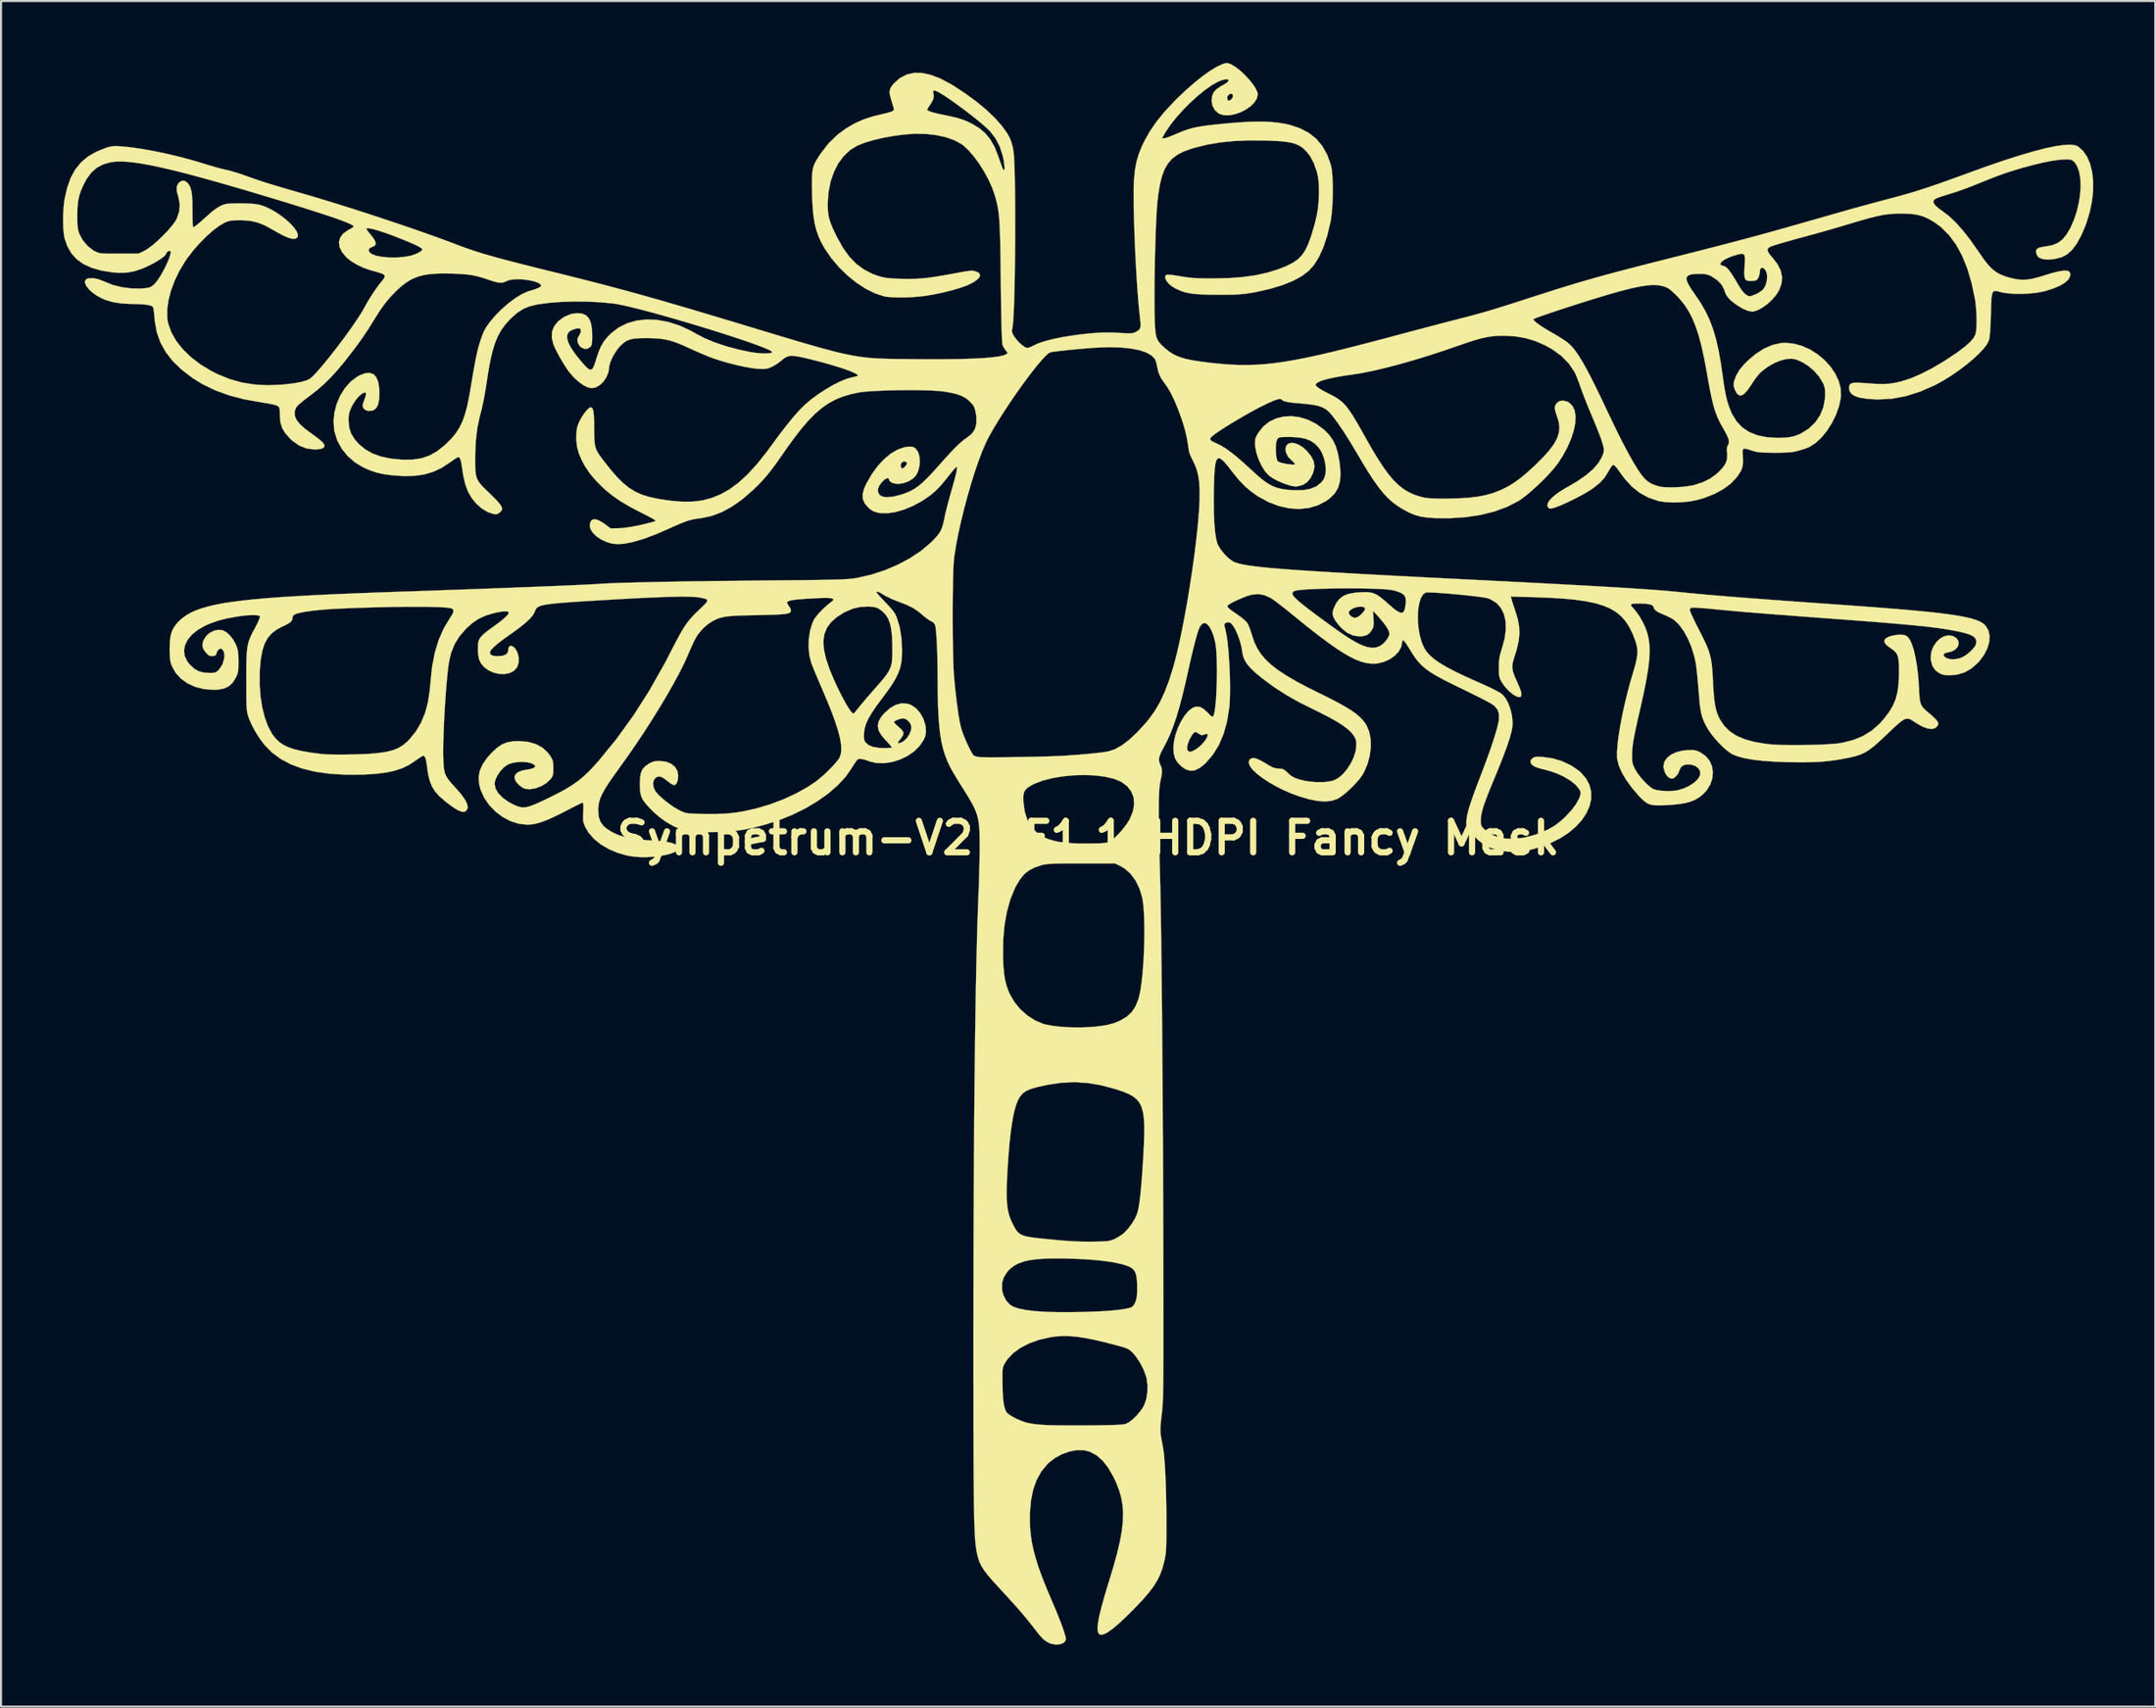
<source format=kicad_pcb>
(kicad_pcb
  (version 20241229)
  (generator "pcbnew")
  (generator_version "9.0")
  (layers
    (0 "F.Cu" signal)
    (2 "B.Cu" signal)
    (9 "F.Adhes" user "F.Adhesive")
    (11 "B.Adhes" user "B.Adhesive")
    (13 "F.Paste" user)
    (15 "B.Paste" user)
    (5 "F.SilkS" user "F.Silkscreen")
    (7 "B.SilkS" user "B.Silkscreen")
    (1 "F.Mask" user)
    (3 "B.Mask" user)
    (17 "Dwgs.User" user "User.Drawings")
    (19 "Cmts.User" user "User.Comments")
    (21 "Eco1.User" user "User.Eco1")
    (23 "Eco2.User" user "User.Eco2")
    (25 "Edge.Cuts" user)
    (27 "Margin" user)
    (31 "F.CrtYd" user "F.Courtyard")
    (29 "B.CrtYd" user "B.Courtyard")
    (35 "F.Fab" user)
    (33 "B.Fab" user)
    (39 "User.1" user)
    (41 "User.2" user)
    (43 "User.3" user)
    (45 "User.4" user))
  (footprint "Sympetrum-V2 FF1.1 HDPI Fancy Mask"
    (layer "F.Cu")
    (at 49.631 37.53)
    (property "Reference" "Sympetrum-V2 FF1.1 HDPI Fancy Mask" (at 0 0 0) (layer "F.SilkS") (effects (font (size 1.524 1.524) (thickness 0.3))))
    (attr through_hole)
    (fp_poly (pts (xy 6.777 -37.517) (xy 6.907 -37.466) (xy 6.927 -37.456) (xy 7.13 -37.335) (xy 7.348 -37.167) (xy 7.566 -36.965) (xy 7.772 -36.746) (xy 7.952 -36.524) (xy 8.093 -36.314) (xy 8.181 -36.131) (xy 8.206 -36.012) (xy 8.161 -35.81) (xy 8.039 -35.614) (xy 7.855 -35.432) (xy 7.625 -35.272) (xy 7.365 -35.14) (xy 7.092 -35.047) (xy 6.821 -34.998) (xy 6.568 -35.002) (xy 6.35 -35.067) (xy 6.314 -35.087) (xy 6.124 -35.252) (xy 6.009 -35.47) (xy 5.974 -35.704) (xy 5.988 -35.858) (xy 6.726 -35.858) (xy 6.745 -35.735) (xy 6.801 -35.697) (xy 6.895 -35.743) (xy 6.923 -35.766) (xy 6.991 -35.865) (xy 7.005 -35.968) (xy 6.962 -36.037) (xy 6.878 -36.042) (xy 6.791 -35.988) (xy 6.733 -35.9) (xy 6.726 -35.858) (xy 5.988 -35.858) (xy 5.993 -35.918) (xy 6.061 -36.092) (xy 6.188 -36.242) (xy 6.388 -36.385) (xy 6.54 -36.47) (xy 6.705 -36.573) (xy 6.787 -36.656) (xy 6.792 -36.715) (xy 6.729 -36.743) (xy 6.607 -36.735) (xy 6.434 -36.687) (xy 6.289 -36.628) (xy 5.984 -36.458) (xy 5.647 -36.222) (xy 5.291 -35.932) (xy 4.931 -35.604) (xy 4.581 -35.25) (xy 4.256 -34.885) (xy 3.969 -34.522) (xy 3.735 -34.176) (xy 3.683 -34.087) (xy 3.567 -33.882) (xy 3.67 -33.882) (xy 3.751 -33.9) (xy 3.898 -33.95) (xy 4.088 -34.023) (xy 4.302 -34.113) (xy 4.302 -34.113) (xy 4.57 -34.225) (xy 4.816 -34.313) (xy 5.059 -34.383) (xy 5.324 -34.439) (xy 5.631 -34.488) (xy 6.001 -34.533) (xy 6.163 -34.551) (xy 6.833 -34.616) (xy 7.421 -34.661) (xy 7.938 -34.686) (xy 8.395 -34.692) (xy 8.802 -34.677) (xy 9.171 -34.642) (xy 9.51 -34.587) (xy 9.753 -34.533) (xy 10.251 -34.369) (xy 10.68 -34.143) (xy 11.041 -33.855) (xy 11.337 -33.499) (xy 11.572 -33.075) (xy 11.746 -32.584) (xy 11.787 -32.372) (xy 11.816 -32.088) (xy 11.833 -31.751) (xy 11.838 -31.38) (xy 11.832 -30.995) (xy 11.815 -30.615) (xy 11.786 -30.261) (xy 11.747 -29.95) (xy 11.722 -29.815) (xy 11.568 -29.173) (xy 11.384 -28.616) (xy 11.172 -28.143) (xy 10.932 -27.757) (xy 10.669 -27.462) (xy 10.336 -27.211) (xy 9.917 -26.982) (xy 9.414 -26.779) (xy 8.834 -26.601) (xy 8.181 -26.453) (xy 7.967 -26.413) (xy 7.751 -26.377) (xy 7.552 -26.35) (xy 7.351 -26.331) (xy 7.13 -26.318) (xy 6.867 -26.311) (xy 6.545 -26.308) (xy 6.256 -26.308) (xy 5.81 -26.312) (xy 5.443 -26.324) (xy 5.14 -26.347) (xy 4.885 -26.382) (xy 4.665 -26.433) (xy 4.463 -26.502) (xy 4.266 -26.591) (xy 4.172 -26.639) (xy 3.999 -26.752) (xy 3.86 -26.883) (xy 3.765 -27.016) (xy 3.722 -27.136) (xy 3.739 -27.23) (xy 3.805 -27.276) (xy 3.884 -27.278) (xy 4.034 -27.266) (xy 4.234 -27.24) (xy 4.463 -27.203) (xy 4.475 -27.2) (xy 4.711 -27.162) (xy 4.932 -27.134) (xy 5.163 -27.115) (xy 5.426 -27.104) (xy 5.743 -27.098) (xy 6.021 -27.097) (xy 6.792 -27.114) (xy 7.486 -27.166) (xy 8.112 -27.254) (xy 8.682 -27.38) (xy 9.191 -27.539) (xy 9.576 -27.69) (xy 9.886 -27.844) (xy 10.136 -28.014) (xy 10.337 -28.214) (xy 10.504 -28.459) (xy 10.648 -28.762) (xy 10.785 -29.138) (xy 10.838 -29.306) (xy 10.965 -29.744) (xy 11.057 -30.125) (xy 11.118 -30.475) (xy 11.152 -30.823) (xy 11.165 -31.195) (xy 11.166 -31.286) (xy 11.162 -31.58) (xy 11.15 -31.809) (xy 11.125 -32) (xy 11.087 -32.181) (xy 11.06 -32.282) (xy 10.916 -32.691) (xy 10.737 -33.024) (xy 10.529 -33.282) (xy 10.386 -33.413) (xy 10.235 -33.519) (xy 10.064 -33.601) (xy 9.86 -33.664) (xy 9.61 -33.709) (xy 9.302 -33.742) (xy 8.923 -33.763) (xy 8.558 -33.776) (xy 7.757 -33.781) (xy 7.029 -33.749) (xy 6.359 -33.68) (xy 5.733 -33.571) (xy 5.135 -33.421) (xy 4.962 -33.369) (xy 4.61 -33.24) (xy 4.314 -33.087) (xy 4.067 -32.901) (xy 3.865 -32.674) (xy 3.701 -32.396) (xy 3.571 -32.058) (xy 3.469 -31.654) (xy 3.39 -31.172) (xy 3.343 -30.76) (xy 3.322 -30.497) (xy 3.301 -30.155) (xy 3.281 -29.748) (xy 3.263 -29.289) (xy 3.246 -28.793) (xy 3.232 -28.273) (xy 3.22 -27.743) (xy 3.211 -27.216) (xy 3.206 -26.707) (xy 3.204 -26.229) (xy 3.206 -25.795) (xy 3.206 -25.771) (xy 3.212 -25.341) (xy 3.22 -24.992) (xy 3.232 -24.713) (xy 3.253 -24.492) (xy 3.284 -24.317) (xy 3.329 -24.177) (xy 3.39 -24.061) (xy 3.47 -23.956) (xy 3.571 -23.851) (xy 3.698 -23.735) (xy 3.702 -23.73) (xy 3.916 -23.557) (xy 4.138 -23.416) (xy 4.386 -23.304) (xy 4.677 -23.212) (xy 5.026 -23.137) (xy 5.449 -23.071) (xy 5.54 -23.059) (xy 6.007 -23.002) (xy 6.451 -22.958) (xy 6.877 -22.926) (xy 7.293 -22.908) (xy 7.707 -22.905) (xy 8.125 -22.918) (xy 8.555 -22.948) (xy 9.004 -22.995) (xy 9.48 -23.062) (xy 9.988 -23.148) (xy 10.538 -23.255) (xy 11.136 -23.384) (xy 11.789 -23.536) (xy 12.505 -23.712) (xy 13.29 -23.912) (xy 14.153 -24.138) (xy 14.869 -24.329) (xy 15.331 -24.453) (xy 15.813 -24.581) (xy 16.296 -24.708) (xy 16.761 -24.831) (xy 17.191 -24.943) (xy 17.566 -25.041) (xy 17.87 -25.119) (xy 17.874 -25.12) (xy 17.884 -25.123) (xy 21.543 -25.123) (xy 21.583 -25.056) (xy 21.696 -24.955) (xy 21.871 -24.826) (xy 22.098 -24.679) (xy 22.365 -24.519) (xy 22.432 -24.482) (xy 22.657 -24.351) (xy 22.878 -24.216) (xy 23.066 -24.093) (xy 23.188 -24.006) (xy 23.323 -23.888) (xy 23.461 -23.741) (xy 23.605 -23.557) (xy 23.759 -23.332) (xy 23.926 -23.059) (xy 24.11 -22.731) (xy 24.315 -22.343) (xy 24.544 -21.887) (xy 24.801 -21.359) (xy 25.091 -20.75) (xy 25.094 -20.742) (xy 25.364 -20.174) (xy 25.603 -19.681) (xy 25.817 -19.251) (xy 26.013 -18.874) (xy 26.195 -18.537) (xy 26.366 -18.235) (xy 26.568 -17.899) (xy 26.743 -17.636) (xy 26.905 -17.435) (xy 27.063 -17.285) (xy 27.231 -17.174) (xy 27.419 -17.091) (xy 27.634 -17.026) (xy 27.833 -16.995) (xy 28.098 -16.981) (xy 28.402 -16.984) (xy 28.718 -17.003) (xy 29.02 -17.036) (xy 29.281 -17.082) (xy 29.343 -17.098) (xy 29.754 -17.232) (xy 30.101 -17.404) (xy 30.41 -17.628) (xy 30.479 -17.689) (xy 30.702 -17.916) (xy 30.846 -18.125) (xy 30.92 -18.335) (xy 30.933 -18.563) (xy 30.927 -18.635) (xy 30.913 -18.812) (xy 30.926 -18.932) (xy 30.969 -19.026) (xy 30.972 -19.03) (xy 31.012 -19.118) (xy 31.016 -19.221) (xy 30.982 -19.355) (xy 30.904 -19.531) (xy 30.779 -19.765) (xy 30.711 -19.884) (xy 30.595 -20.093) (xy 30.494 -20.297) (xy 30.406 -20.508) (xy 30.326 -20.739) (xy 30.251 -21.001) (xy 30.178 -21.306) (xy 30.103 -21.668) (xy 30.022 -22.098) (xy 29.94 -22.561) (xy 29.815 -23.234) (xy 29.686 -23.823) (xy 29.549 -24.338) (xy 29.4 -24.787) (xy 29.236 -25.182) (xy 29.054 -25.53) (xy 28.849 -25.84) (xy 28.617 -26.123) (xy 28.46 -26.288) (xy 28.285 -26.455) (xy 28.15 -26.569) (xy 28.032 -26.644) (xy 27.908 -26.697) (xy 27.823 -26.723) (xy 27.661 -26.759) (xy 27.479 -26.777) (xy 27.271 -26.777) (xy 27.031 -26.757) (xy 26.752 -26.715) (xy 26.429 -26.65) (xy 26.056 -26.562) (xy 25.626 -26.447) (xy 25.134 -26.306) (xy 24.573 -26.137) (xy 23.938 -25.939) (xy 23.222 -25.709) (xy 23.036 -25.649) (xy 22.681 -25.532) (xy 22.356 -25.423) (xy 22.071 -25.325) (xy 21.838 -25.243) (xy 21.665 -25.179) (xy 21.565 -25.137) (xy 21.543 -25.123) (xy 17.884 -25.123) (xy 18.223 -25.21) (xy 18.534 -25.291) (xy 18.823 -25.369) (xy 19.102 -25.447) (xy 19.386 -25.529) (xy 19.687 -25.62) (xy 20.019 -25.723) (xy 20.397 -25.842) (xy 20.833 -25.982) (xy 21.341 -26.146) (xy 21.472 -26.188) (xy 22.056 -26.376) (xy 22.593 -26.547) (xy 23.097 -26.704) (xy 23.58 -26.851) (xy 24.057 -26.991) (xy 24.539 -27.129) (xy 25.04 -27.268) (xy 25.573 -27.412) (xy 26.15 -27.563) (xy 26.785 -27.727) (xy 27.031 -27.79) (xy 30.596 -27.79) (xy 30.623 -27.747) (xy 30.721 -27.713) (xy 30.77 -27.701) (xy 30.872 -27.647) (xy 30.993 -27.526) (xy 31.137 -27.333) (xy 31.307 -27.063) (xy 31.448 -26.818) (xy 31.621 -26.542) (xy 31.781 -26.356) (xy 31.93 -26.255) (xy 32.032 -26.235) (xy 32.112 -26.254) (xy 32.242 -26.302) (xy 32.342 -26.345) (xy 32.498 -26.431) (xy 32.632 -26.53) (xy 32.683 -26.582) (xy 32.788 -26.767) (xy 32.849 -26.983) (xy 32.864 -27.205) (xy 32.83 -27.402) (xy 32.752 -27.542) (xy 32.651 -27.617) (xy 32.57 -27.604) (xy 32.519 -27.511) (xy 32.503 -27.363) (xy 32.475 -27.216) (xy 32.408 -27.08) (xy 32.343 -27.011) (xy 32.267 -26.991) (xy 32.137 -26.978) (xy 32.069 -26.977) (xy 31.94 -26.984) (xy 31.849 -27.014) (xy 31.792 -27.082) (xy 31.764 -27.2) (xy 31.758 -27.382) (xy 31.769 -27.64) (xy 31.772 -27.692) (xy 31.786 -27.949) (xy 31.784 -28.126) (xy 31.758 -28.234) (xy 31.7 -28.284) (xy 31.603 -28.289) (xy 31.458 -28.26) (xy 31.397 -28.245) (xy 31.159 -28.171) (xy 30.94 -28.08) (xy 30.762 -27.984) (xy 30.647 -27.892) (xy 30.623 -27.859) (xy 30.596 -27.79) (xy 27.031 -27.79) (xy 27.491 -27.907) (xy 27.964 -28.026) (xy 28.896 -28.262) (xy 29.748 -28.479) (xy 30.529 -28.68) (xy 31.249 -28.868) (xy 31.92 -29.046) (xy 32.55 -29.216) (xy 33.151 -29.382) (xy 33.733 -29.545) (xy 33.961 -29.61) (xy 34.384 -29.73) (xy 34.859 -29.866) (xy 35.355 -30.007) (xy 35.84 -30.146) (xy 36.282 -30.272) (xy 36.485 -30.33) (xy 36.883 -30.443) (xy 37.318 -30.564) (xy 37.761 -30.685) (xy 38.185 -30.8) (xy 38.561 -30.9) (xy 38.719 -30.942) (xy 39.094 -31.04) (xy 39.446 -31.137) (xy 39.786 -31.235) (xy 40.128 -31.339) (xy 40.484 -31.454) (xy 40.868 -31.582) (xy 41.292 -31.729) (xy 41.769 -31.899) (xy 42.311 -32.095) (xy 42.75 -32.256) (xy 43.615 -32.567) (xy 44.404 -32.836) (xy 45.119 -33.064) (xy 45.756 -33.25) (xy 46.317 -33.395) (xy 46.799 -33.497) (xy 47.201 -33.557) (xy 47.523 -33.575) (xy 47.764 -33.55) (xy 47.904 -33.494) (xy 48.15 -33.282) (xy 48.347 -32.998) (xy 48.496 -32.652) (xy 48.596 -32.253) (xy 48.644 -31.81) (xy 48.642 -31.331) (xy 48.587 -30.826) (xy 48.478 -30.305) (xy 48.316 -29.775) (xy 48.282 -29.681) (xy 48.075 -29.191) (xy 47.857 -28.792) (xy 47.626 -28.482) (xy 47.382 -28.261) (xy 47.124 -28.126) (xy 47.105 -28.12) (xy 46.778 -28.039) (xy 46.477 -28.009) (xy 46.225 -28.033) (xy 46.206 -28.038) (xy 46.046 -28.094) (xy 45.952 -28.173) (xy 45.899 -28.298) (xy 45.892 -28.324) (xy 45.883 -28.445) (xy 45.932 -28.532) (xy 46.048 -28.592) (xy 46.243 -28.633) (xy 46.35 -28.647) (xy 46.671 -28.707) (xy 46.938 -28.818) (xy 47.164 -28.99) (xy 47.364 -29.233) (xy 47.55 -29.555) (xy 47.723 -29.951) (xy 47.86 -30.367) (xy 47.958 -30.791) (xy 48.018 -31.209) (xy 48.039 -31.609) (xy 48.019 -31.976) (xy 47.958 -32.299) (xy 47.855 -32.563) (xy 47.74 -32.726) (xy 47.66 -32.801) (xy 47.579 -32.842) (xy 47.464 -32.859) (xy 47.303 -32.862) (xy 47.012 -32.844) (xy 46.646 -32.792) (xy 46.218 -32.708) (xy 45.739 -32.593) (xy 45.274 -32.467) (xy 44.928 -32.366) (xy 44.622 -32.271) (xy 44.334 -32.175) (xy 44.041 -32.07) (xy 43.722 -31.948) (xy 43.353 -31.8) (xy 43.077 -31.687) (xy 42.786 -31.571) (xy 42.48 -31.455) (xy 42.189 -31.35) (xy 41.942 -31.266) (xy 41.854 -31.239) (xy 41.545 -31.145) (xy 41.315 -31.071) (xy 41.151 -31.013) (xy 41.04 -30.966) (xy 40.971 -30.925) (xy 40.932 -30.886) (xy 40.923 -30.87) (xy 40.914 -30.772) (xy 40.987 -30.652) (xy 41.143 -30.507) (xy 41.358 -30.351) (xy 41.674 -30.11) (xy 42 -29.8) (xy 42.341 -29.418) (xy 42.7 -28.957) (xy 43.083 -28.413) (xy 43.11 -28.374) (xy 43.341 -28.041) (xy 43.545 -27.778) (xy 43.735 -27.575) (xy 43.927 -27.419) (xy 44.134 -27.299) (xy 44.373 -27.203) (xy 44.656 -27.12) (xy 44.69 -27.111) (xy 44.954 -27.055) (xy 45.201 -27.032) (xy 45.452 -27.042) (xy 45.73 -27.089) (xy 46.056 -27.174) (xy 46.308 -27.252) (xy 46.696 -27.37) (xy 47.005 -27.445) (xy 47.239 -27.477) (xy 47.403 -27.468) (xy 47.503 -27.416) (xy 47.541 -27.321) (xy 47.532 -27.211) (xy 47.45 -27.05) (xy 47.28 -26.893) (xy 47.029 -26.743) (xy 46.704 -26.606) (xy 46.311 -26.484) (xy 46.289 -26.478) (xy 45.969 -26.414) (xy 45.602 -26.371) (xy 45.216 -26.351) (xy 44.836 -26.353) (xy 44.49 -26.378) (xy 44.204 -26.427) (xy 44.173 -26.436) (xy 44.038 -26.472) (xy 43.933 -26.491) (xy 43.854 -26.485) (xy 43.797 -26.442) (xy 43.758 -26.355) (xy 43.732 -26.213) (xy 43.715 -26.007) (xy 43.704 -25.728) (xy 43.694 -25.366) (xy 43.694 -25.341) (xy 43.679 -24.911) (xy 43.66 -24.566) (xy 43.637 -24.308) (xy 43.61 -24.139) (xy 43.601 -24.105) (xy 43.509 -23.92) (xy 43.344 -23.701) (xy 43.117 -23.457) (xy 42.839 -23.198) (xy 42.52 -22.93) (xy 42.171 -22.665) (xy 41.803 -22.41) (xy 41.427 -22.174) (xy 41.053 -21.966) (xy 40.96 -21.919) (xy 40.266 -21.616) (xy 39.59 -21.403) (xy 38.926 -21.277) (xy 38.268 -21.238) (xy 38.076 -21.243) (xy 37.671 -21.273) (xy 37.353 -21.325) (xy 37.115 -21.4) (xy 36.952 -21.503) (xy 36.859 -21.634) (xy 36.83 -21.794) (xy 36.839 -21.896) (xy 36.873 -21.97) (xy 36.944 -22.018) (xy 37.063 -22.044) (xy 37.243 -22.049) (xy 37.495 -22.037) (xy 37.76 -22.017) (xy 38.154 -21.991) (xy 38.482 -21.985) (xy 38.771 -22.001) (xy 39.048 -22.042) (xy 39.338 -22.107) (xy 39.368 -22.115) (xy 39.819 -22.261) (xy 40.318 -22.475) (xy 40.854 -22.751) (xy 41.415 -23.082) (xy 41.992 -23.464) (xy 42.098 -23.538) (xy 42.437 -23.795) (xy 42.691 -24.021) (xy 42.861 -24.221) (xy 42.951 -24.395) (xy 42.953 -24.403) (xy 42.982 -24.569) (xy 42.999 -24.804) (xy 43.003 -25.085) (xy 42.995 -25.389) (xy 42.975 -25.693) (xy 42.944 -25.974) (xy 42.926 -26.095) (xy 42.761 -26.876) (xy 42.554 -27.575) (xy 42.304 -28.194) (xy 42.011 -28.732) (xy 41.673 -29.191) (xy 41.291 -29.573) (xy 40.988 -29.801) (xy 40.693 -29.977) (xy 40.412 -30.102) (xy 40.118 -30.184) (xy 39.787 -30.227) (xy 39.394 -30.241) (xy 39.346 -30.24) (xy 39.096 -30.236) (xy 38.862 -30.222) (xy 38.632 -30.197) (xy 38.391 -30.157) (xy 38.125 -30.1) (xy 37.818 -30.022) (xy 37.457 -29.921) (xy 37.027 -29.794) (xy 36.842 -29.738) (xy 36.469 -29.627) (xy 36.04 -29.502) (xy 35.592 -29.373) (xy 35.159 -29.252) (xy 34.795 -29.152) (xy 34.303 -29.018) (xy 33.897 -28.905) (xy 33.57 -28.811) (xy 33.317 -28.735) (xy 33.132 -28.675) (xy 33.01 -28.628) (xy 32.944 -28.593) (xy 32.94 -28.59) (xy 32.886 -28.511) (xy 32.899 -28.407) (xy 32.982 -28.268) (xy 33.119 -28.106) (xy 33.368 -27.787) (xy 33.524 -27.47) (xy 33.587 -27.155) (xy 33.558 -26.838) (xy 33.44 -26.521) (xy 33.296 -26.294) (xy 33.104 -26.07) (xy 32.882 -25.865) (xy 32.647 -25.692) (xy 32.418 -25.566) (xy 32.211 -25.499) (xy 32.137 -25.493) (xy 31.927 -25.53) (xy 31.674 -25.639) (xy 31.389 -25.814) (xy 31.297 -25.88) (xy 31.097 -26.04) (xy 30.96 -26.183) (xy 30.865 -26.335) (xy 30.793 -26.522) (xy 30.782 -26.558) (xy 30.665 -26.788) (xy 30.464 -27.003) (xy 30.188 -27.191) (xy 30.141 -27.216) (xy 29.982 -27.281) (xy 29.804 -27.314) (xy 29.61 -27.321) (xy 29.338 -27.313) (xy 29.14 -27.282) (xy 29.014 -27.223) (xy 28.958 -27.129) (xy 28.971 -26.992) (xy 29.053 -26.807) (xy 29.2 -26.566) (xy 29.39 -26.293) (xy 29.654 -25.901) (xy 29.882 -25.503) (xy 30.078 -25.087) (xy 30.246 -24.641) (xy 30.39 -24.152) (xy 30.514 -23.606) (xy 30.623 -22.993) (xy 30.714 -22.358) (xy 30.78 -21.892) (xy 30.851 -21.501) (xy 30.929 -21.169) (xy 31.02 -20.88) (xy 31.127 -20.616) (xy 31.16 -20.545) (xy 31.378 -20.184) (xy 31.652 -19.891) (xy 31.985 -19.666) (xy 32.38 -19.506) (xy 32.84 -19.41) (xy 33.368 -19.376) (xy 33.396 -19.376) (xy 33.731 -19.386) (xy 34.002 -19.419) (xy 34.239 -19.48) (xy 34.469 -19.574) (xy 34.5 -19.589) (xy 34.879 -19.826) (xy 35.19 -20.124) (xy 35.428 -20.474) (xy 35.588 -20.871) (xy 35.665 -21.304) (xy 35.671 -21.437) (xy 35.67 -21.643) (xy 35.652 -21.794) (xy 35.61 -21.931) (xy 35.541 -22.083) (xy 35.364 -22.364) (xy 35.13 -22.628) (xy 34.858 -22.86) (xy 34.567 -23.045) (xy 34.277 -23.168) (xy 34.081 -23.21) (xy 33.822 -23.201) (xy 33.526 -23.128) (xy 33.214 -23.001) (xy 32.909 -22.829) (xy 32.63 -22.621) (xy 32.495 -22.495) (xy 32.389 -22.371) (xy 32.26 -22.199) (xy 32.131 -22.009) (xy 32.095 -21.951) (xy 31.917 -21.69) (xy 31.76 -21.518) (xy 31.623 -21.434) (xy 31.503 -21.438) (xy 31.397 -21.529) (xy 31.304 -21.706) (xy 31.3 -21.717) (xy 31.25 -21.868) (xy 31.242 -21.989) (xy 31.27 -22.134) (xy 31.274 -22.149) (xy 31.37 -22.409) (xy 31.522 -22.663) (xy 31.739 -22.926) (xy 31.916 -23.106) (xy 32.312 -23.443) (xy 32.719 -23.702) (xy 33.129 -23.878) (xy 33.534 -23.969) (xy 33.726 -23.98) (xy 34.141 -23.943) (xy 34.549 -23.832) (xy 34.941 -23.656) (xy 35.308 -23.425) (xy 35.639 -23.148) (xy 35.926 -22.834) (xy 36.158 -22.492) (xy 36.327 -22.133) (xy 36.424 -21.764) (xy 36.437 -21.395) (xy 36.431 -21.333) (xy 36.346 -20.921) (xy 36.199 -20.505) (xy 36.002 -20.102) (xy 35.765 -19.727) (xy 35.497 -19.398) (xy 35.209 -19.129) (xy 34.918 -18.941) (xy 34.8 -18.892) (xy 34.627 -18.832) (xy 34.431 -18.771) (xy 34.4 -18.763) (xy 34.246 -18.723) (xy 34.099 -18.694) (xy 33.937 -18.676) (xy 33.74 -18.665) (xy 33.487 -18.66) (xy 33.232 -18.659) (xy 32.924 -18.661) (xy 32.692 -18.666) (xy 32.515 -18.678) (xy 32.374 -18.696) (xy 32.249 -18.724) (xy 32.126 -18.762) (xy 31.917 -18.83) (xy 31.783 -18.86) (xy 31.709 -18.842) (xy 31.679 -18.765) (xy 31.678 -18.62) (xy 31.688 -18.459) (xy 31.695 -18.189) (xy 31.669 -17.976) (xy 31.599 -17.786) (xy 31.475 -17.584) (xy 31.385 -17.462) (xy 31.102 -17.164) (xy 30.739 -16.895) (xy 30.306 -16.661) (xy 29.814 -16.468) (xy 29.498 -16.376) (xy 29.143 -16.305) (xy 28.752 -16.263) (xy 28.353 -16.249) (xy 27.976 -16.265) (xy 27.651 -16.311) (xy 27.569 -16.33) (xy 27.107 -16.491) (xy 26.691 -16.719) (xy 26.313 -17.021) (xy 25.965 -17.404) (xy 25.767 -17.674) (xy 25.617 -17.882) (xy 25.506 -18.011) (xy 25.43 -18.066) (xy 25.409 -18.068) (xy 25.35 -18.021) (xy 25.271 -17.913) (xy 25.189 -17.766) (xy 25.188 -17.765) (xy 25.008 -17.47) (xy 24.762 -17.2) (xy 24.44 -16.941) (xy 24.261 -16.822) (xy 24.024 -16.681) (xy 23.743 -16.527) (xy 23.441 -16.374) (xy 23.143 -16.231) (xy 22.871 -16.11) (xy 22.648 -16.024) (xy 22.594 -16.006) (xy 22.446 -15.963) (xy 22.357 -15.952) (xy 22.301 -15.97) (xy 22.268 -15.998) (xy 22.221 -16.103) (xy 22.255 -16.237) (xy 22.365 -16.394) (xy 22.545 -16.567) (xy 22.791 -16.752) (xy 23.095 -16.94) (xy 23.176 -16.985) (xy 23.688 -17.286) (xy 24.11 -17.58) (xy 24.445 -17.871) (xy 24.697 -18.162) (xy 24.869 -18.456) (xy 24.932 -18.622) (xy 24.957 -18.723) (xy 24.962 -18.819) (xy 24.943 -18.935) (xy 24.898 -19.099) (xy 24.862 -19.216) (xy 24.801 -19.393) (xy 24.711 -19.632) (xy 24.601 -19.91) (xy 24.481 -20.203) (xy 24.382 -20.436) (xy 24.253 -20.741) (xy 24.122 -21.064) (xy 23.999 -21.377) (xy 23.896 -21.653) (xy 23.841 -21.808) (xy 23.757 -22.044) (xy 23.67 -22.27) (xy 23.591 -22.459) (xy 23.534 -22.579) (xy 23.256 -22.986) (xy 22.896 -23.351) (xy 22.457 -23.67) (xy 22.084 -23.874) (xy 21.63 -24.07) (xy 21.187 -24.204) (xy 20.719 -24.286) (xy 20.32 -24.318) (xy 19.99 -24.326) (xy 19.681 -24.311) (xy 19.373 -24.271) (xy 19.046 -24.203) (xy 18.682 -24.101) (xy 18.261 -23.963) (xy 18.072 -23.897) (xy 17.273 -23.621) (xy 16.492 -23.366) (xy 15.738 -23.136) (xy 15.022 -22.932) (xy 14.353 -22.758) (xy 13.742 -22.615) (xy 13.199 -22.508) (xy 12.846 -22.453) (xy 12.321 -22.376) (xy 11.882 -22.298) (xy 11.53 -22.218) (xy 11.267 -22.138) (xy 11.094 -22.057) (xy 11.013 -21.976) (xy 11.007 -21.947) (xy 11.043 -21.88) (xy 11.155 -21.79) (xy 11.346 -21.674) (xy 11.621 -21.528) (xy 11.691 -21.493) (xy 11.889 -21.39) (xy 12.062 -21.287) (xy 12.216 -21.176) (xy 12.36 -21.046) (xy 12.5 -20.889) (xy 12.646 -20.695) (xy 12.805 -20.455) (xy 12.984 -20.159) (xy 13.192 -19.798) (xy 13.403 -19.421) (xy 13.724 -18.855) (xy 14.017 -18.369) (xy 14.287 -17.955) (xy 14.542 -17.608) (xy 14.787 -17.319) (xy 15.03 -17.082) (xy 15.275 -16.891) (xy 15.53 -16.739) (xy 15.801 -16.619) (xy 16.095 -16.524) (xy 16.134 -16.514) (xy 16.277 -16.482) (xy 16.44 -16.459) (xy 16.641 -16.445) (xy 16.898 -16.437) (xy 17.227 -16.435) (xy 17.286 -16.435) (xy 17.872 -16.446) (xy 18.38 -16.475) (xy 18.824 -16.526) (xy 19.218 -16.6) (xy 19.578 -16.701) (xy 19.918 -16.83) (xy 20.061 -16.895) (xy 20.353 -17.045) (xy 20.632 -17.218) (xy 20.917 -17.425) (xy 21.222 -17.678) (xy 21.564 -17.989) (xy 21.678 -18.097) (xy 22.046 -18.466) (xy 22.337 -18.796) (xy 22.555 -19.096) (xy 22.703 -19.375) (xy 22.786 -19.641) (xy 22.808 -19.903) (xy 22.771 -20.17) (xy 22.695 -20.413) (xy 22.619 -20.633) (xy 22.586 -20.793) (xy 22.595 -20.915) (xy 22.646 -21.021) (xy 22.675 -21.06) (xy 22.808 -21.157) (xy 22.981 -21.183) (xy 23.173 -21.138) (xy 23.288 -21.077) (xy 23.448 -20.918) (xy 23.548 -20.696) (xy 23.589 -20.421) (xy 23.574 -20.099) (xy 23.504 -19.74) (xy 23.379 -19.351) (xy 23.202 -18.941) (xy 22.974 -18.517) (xy 22.766 -18.189) (xy 22.589 -17.954) (xy 22.354 -17.684) (xy 22.08 -17.395) (xy 21.784 -17.106) (xy 21.482 -16.831) (xy 21.194 -16.588) (xy 20.935 -16.394) (xy 20.82 -16.319) (xy 20.276 -16.039) (xy 19.663 -15.814) (xy 18.988 -15.646) (xy 18.258 -15.537) (xy 17.48 -15.487) (xy 16.792 -15.493) (xy 16.404 -15.52) (xy 16.079 -15.57) (xy 15.787 -15.653) (xy 15.498 -15.777) (xy 15.19 -15.946) (xy 14.949 -16.1) (xy 14.723 -16.27) (xy 14.507 -16.465) (xy 14.293 -16.693) (xy 14.074 -16.963) (xy 13.843 -17.283) (xy 13.593 -17.663) (xy 13.317 -18.111) (xy 13.05 -18.563) (xy 12.696 -19.155) (xy 12.374 -19.665) (xy 12.079 -20.099) (xy 11.812 -20.456) (xy 11.667 -20.623) (xy 11.517 -20.752) (xy 11.347 -20.851) (xy 11.142 -20.925) (xy 10.885 -20.979) (xy 10.562 -21.02) (xy 10.263 -21.046) (xy 9.938 -21.075) (xy 9.695 -21.106) (xy 9.525 -21.142) (xy 9.415 -21.184) (xy 9.355 -21.236) (xy 9.353 -21.24) (xy 9.293 -21.266) (xy 9.171 -21.247) (xy 8.983 -21.182) (xy 8.725 -21.069) (xy 8.393 -20.907) (xy 8.286 -20.853) (xy 7.995 -20.699) (xy 7.671 -20.518) (xy 7.33 -20.321) (xy 6.992 -20.12) (xy 6.675 -19.925) (xy 6.398 -19.747) (xy 6.18 -19.599) (xy 6.124 -19.559) (xy 5.974 -19.437) (xy 5.904 -19.346) (xy 5.919 -19.271) (xy 6.019 -19.198) (xy 6.193 -19.118) (xy 6.416 -19.01) (xy 6.657 -18.863) (xy 6.923 -18.671) (xy 7.225 -18.427) (xy 7.571 -18.124) (xy 7.882 -17.838) (xy 8.195 -17.553) (xy 8.463 -17.33) (xy 8.704 -17.161) (xy 8.933 -17.037) (xy 9.168 -16.951) (xy 9.425 -16.893) (xy 9.722 -16.857) (xy 9.925 -16.842) (xy 10.367 -16.843) (xy 10.742 -16.907) (xy 11.048 -17.033) (xy 11.285 -17.223) (xy 11.404 -17.384) (xy 11.476 -17.582) (xy 11.499 -17.833) (xy 11.476 -18.113) (xy 11.412 -18.398) (xy 11.309 -18.663) (xy 11.181 -18.873) (xy 10.991 -19.079) (xy 10.777 -19.231) (xy 10.523 -19.335) (xy 10.213 -19.396) (xy 9.834 -19.42) (xy 9.729 -19.421) (xy 9.504 -19.42) (xy 9.354 -19.414) (xy 9.26 -19.4) (xy 9.203 -19.374) (xy 9.163 -19.331) (xy 9.145 -19.306) (xy 9.107 -19.197) (xy 9.084 -19.028) (xy 9.078 -18.827) (xy 9.087 -18.62) (xy 9.109 -18.433) (xy 9.145 -18.292) (xy 9.178 -18.237) (xy 9.254 -18.198) (xy 9.39 -18.158) (xy 9.558 -18.122) (xy 9.731 -18.095) (xy 9.882 -18.081) (xy 9.983 -18.084) (xy 10.005 -18.094) (xy 9.991 -18.139) (xy 9.92 -18.217) (xy 9.862 -18.267) (xy 9.67 -18.467) (xy 9.568 -18.68) (xy 9.549 -18.832) (xy 9.582 -18.992) (xy 9.675 -19.093) (xy 9.814 -19.136) (xy 9.987 -19.121) (xy 10.181 -19.051) (xy 10.383 -18.926) (xy 10.576 -18.751) (xy 10.782 -18.498) (xy 10.905 -18.265) (xy 10.949 -18.041) (xy 10.944 -17.932) (xy 10.88 -17.671) (xy 10.762 -17.436) (xy 10.604 -17.243) (xy 10.419 -17.114) (xy 10.309 -17.076) (xy 10.193 -17.049) (xy 10.124 -17.031) (xy 9.992 -17.025) (xy 9.802 -17.061) (xy 9.575 -17.13) (xy 9.332 -17.224) (xy 9.095 -17.335) (xy 8.885 -17.454) (xy 8.738 -17.562) (xy 8.557 -17.763) (xy 8.389 -18.03) (xy 8.246 -18.337) (xy 8.139 -18.657) (xy 8.08 -18.963) (xy 8.073 -19.077) (xy 8.076 -19.243) (xy 8.102 -19.373) (xy 8.162 -19.505) (xy 8.238 -19.633) (xy 8.474 -19.931) (xy 8.764 -20.159) (xy 9.095 -20.318) (xy 9.459 -20.408) (xy 9.844 -20.427) (xy 10.24 -20.376) (xy 10.636 -20.254) (xy 11.022 -20.06) (xy 11.387 -19.795) (xy 11.429 -19.758) (xy 11.659 -19.525) (xy 11.839 -19.272) (xy 11.978 -18.983) (xy 12.082 -18.642) (xy 12.159 -18.231) (xy 12.182 -18.058) (xy 12.211 -17.63) (xy 12.182 -17.268) (xy 12.092 -16.96) (xy 11.936 -16.696) (xy 11.709 -16.465) (xy 11.52 -16.325) (xy 11.117 -16.114) (xy 10.679 -15.984) (xy 10.212 -15.935) (xy 9.727 -15.966) (xy 9.229 -16.078) (xy 8.728 -16.269) (xy 8.231 -16.538) (xy 8.198 -16.559) (xy 7.883 -16.78) (xy 7.594 -17.027) (xy 7.312 -17.319) (xy 7.018 -17.674) (xy 6.939 -17.777) (xy 6.743 -18.029) (xy 6.581 -18.218) (xy 6.448 -18.341) (xy 6.343 -18.395) (xy 6.26 -18.377) (xy 6.198 -18.283) (xy 6.153 -18.111) (xy 6.121 -17.856) (xy 6.099 -17.516) (xy 6.085 -17.088) (xy 6.081 -16.941) (xy 6.074 -16.33) (xy 6.08 -15.78) (xy 6.1 -15.297) (xy 6.133 -14.886) (xy 6.179 -14.553) (xy 6.237 -14.304) (xy 6.277 -14.199) (xy 6.404 -13.983) (xy 6.578 -13.763) (xy 6.774 -13.566) (xy 6.968 -13.419) (xy 7.023 -13.388) (xy 7.11 -13.35) (xy 7.216 -13.313) (xy 7.346 -13.278) (xy 7.503 -13.244) (xy 7.69 -13.21) (xy 7.913 -13.177) (xy 8.173 -13.144) (xy 8.474 -13.111) (xy 8.821 -13.077) (xy 9.216 -13.043) (xy 9.664 -13.008) (xy 10.168 -12.972) (xy 10.732 -12.935) (xy 11.358 -12.895) (xy 12.052 -12.854) (xy 12.816 -12.81) (xy 13.654 -12.764) (xy 14.569 -12.715) (xy 15.566 -12.663) (xy 16.648 -12.607) (xy 17.818 -12.548) (xy 18.486 -12.514) (xy 19.653 -12.456) (xy 20.73 -12.401) (xy 21.722 -12.35) (xy 22.632 -12.302) (xy 23.465 -12.257) (xy 24.225 -12.215) (xy 24.917 -12.176) (xy 25.543 -12.139) (xy 26.11 -12.104) (xy 26.62 -12.071) (xy 27.078 -12.04) (xy 27.489 -12.009) (xy 27.855 -11.981) (xy 28.183 -11.952) (xy 28.475 -11.925) (xy 28.599 -11.913) (xy 28.94 -11.878) (xy 29.292 -11.844) (xy 29.661 -11.809) (xy 30.054 -11.774) (xy 30.478 -11.738) (xy 30.938 -11.7) (xy 31.442 -11.66) (xy 31.995 -11.617) (xy 32.605 -11.571) (xy 33.277 -11.521) (xy 34.018 -11.467) (xy 34.835 -11.408) (xy 35.733 -11.344) (xy 36.548 -11.286) (xy 37.491 -11.218) (xy 38.345 -11.154) (xy 39.114 -11.093) (xy 39.802 -11.034) (xy 40.415 -10.976) (xy 40.957 -10.92) (xy 41.431 -10.864) (xy 41.844 -10.808) (xy 42.199 -10.75) (xy 42.501 -10.691) (xy 42.755 -10.629) (xy 42.964 -10.565) (xy 43.134 -10.497) (xy 43.269 -10.424) (xy 43.374 -10.347) (xy 43.438 -10.282) (xy 43.573 -10.055) (xy 43.631 -9.79) (xy 43.615 -9.498) (xy 43.527 -9.191) (xy 43.37 -8.88) (xy 43.146 -8.577) (xy 43.056 -8.479) (xy 42.746 -8.208) (xy 42.422 -8.022) (xy 42.07 -7.918) (xy 41.794 -7.888) (xy 41.585 -7.885) (xy 41.436 -7.898) (xy 41.313 -7.932) (xy 41.204 -7.981) (xy 40.997 -8.135) (xy 40.858 -8.351) (xy 40.788 -8.624) (xy 40.781 -8.761) (xy 40.815 -9.026) (xy 40.91 -9.271) (xy 41.052 -9.484) (xy 41.229 -9.654) (xy 41.429 -9.768) (xy 41.639 -9.817) (xy 41.847 -9.786) (xy 41.866 -9.779) (xy 42.031 -9.675) (xy 42.119 -9.541) (xy 42.135 -9.393) (xy 42.081 -9.249) (xy 41.964 -9.123) (xy 41.788 -9.032) (xy 41.652 -9.001) (xy 41.485 -8.959) (xy 41.405 -8.898) (xy 41.414 -8.819) (xy 41.513 -8.731) (xy 41.687 -8.667) (xy 41.909 -8.655) (xy 42.148 -8.696) (xy 42.296 -8.748) (xy 42.464 -8.844) (xy 42.639 -8.977) (xy 42.797 -9.127) (xy 42.916 -9.272) (xy 42.972 -9.383) (xy 42.99 -9.53) (xy 42.956 -9.652) (xy 42.863 -9.754) (xy 42.701 -9.842) (xy 42.463 -9.921) (xy 42.141 -9.998) (xy 42.074 -10.012) (xy 41.85 -10.055) (xy 41.618 -10.096) (xy 41.371 -10.136) (xy 41.102 -10.174) (xy 40.805 -10.212) (xy 40.473 -10.25) (xy 40.1 -10.288) (xy 39.679 -10.329) (xy 39.203 -10.371) (xy 38.666 -10.417) (xy 38.061 -10.466) (xy 37.381 -10.519) (xy 36.621 -10.576) (xy 35.819 -10.636) (xy 35.072 -10.692) (xy 34.41 -10.741) (xy 33.825 -10.786) (xy 33.306 -10.825) (xy 32.846 -10.861) (xy 32.436 -10.893) (xy 32.066 -10.924) (xy 31.728 -10.952) (xy 31.412 -10.979) (xy 31.111 -11.007) (xy 30.815 -11.034) (xy 30.516 -11.063) (xy 30.287 -11.085) (xy 29.984 -11.114) (xy 29.71 -11.136) (xy 29.48 -11.152) (xy 29.307 -11.16) (xy 29.208 -11.159) (xy 29.193 -11.156) (xy 29.128 -11.091) (xy 29.116 -11.04) (xy 29.137 -10.975) (xy 29.194 -10.84) (xy 29.283 -10.65) (xy 29.396 -10.417) (xy 29.527 -10.156) (xy 29.582 -10.048) (xy 29.759 -9.699) (xy 29.898 -9.408) (xy 30.005 -9.153) (xy 30.084 -8.917) (xy 30.142 -8.677) (xy 30.182 -8.415) (xy 30.211 -8.11) (xy 30.234 -7.743) (xy 30.244 -7.532) (xy 30.268 -7.108) (xy 30.298 -6.761) (xy 30.336 -6.477) (xy 30.385 -6.24) (xy 30.448 -6.035) (xy 30.528 -5.846) (xy 30.583 -5.738) (xy 30.791 -5.428) (xy 31.056 -5.168) (xy 31.384 -4.954) (xy 31.781 -4.783) (xy 32.251 -4.654) (xy 32.802 -4.562) (xy 32.988 -4.541) (xy 33.253 -4.522) (xy 33.584 -4.509) (xy 33.961 -4.502) (xy 34.367 -4.501) (xy 34.786 -4.506) (xy 35.2 -4.516) (xy 35.591 -4.531) (xy 35.941 -4.551) (xy 36.235 -4.576) (xy 36.453 -4.604) (xy 36.469 -4.607) (xy 37.018 -4.743) (xy 37.501 -4.94) (xy 37.929 -5.204) (xy 38.312 -5.541) (xy 38.523 -5.778) (xy 38.763 -6.096) (xy 38.946 -6.401) (xy 39.08 -6.713) (xy 39.17 -7.052) (xy 39.222 -7.437) (xy 39.244 -7.888) (xy 39.245 -7.995) (xy 39.244 -8.319) (xy 39.232 -8.565) (xy 39.205 -8.751) (xy 39.156 -8.892) (xy 39.081 -9.004) (xy 38.973 -9.102) (xy 38.836 -9.198) (xy 38.645 -9.343) (xy 38.546 -9.47) (xy 38.538 -9.58) (xy 38.621 -9.678) (xy 38.789 -9.762) (xy 38.961 -9.808) (xy 39.167 -9.839) (xy 39.276 -9.845) (xy 39.447 -9.84) (xy 39.56 -9.814) (xy 39.65 -9.757) (xy 39.673 -9.736) (xy 39.78 -9.59) (xy 39.881 -9.362) (xy 39.973 -9.062) (xy 40.054 -8.701) (xy 40.122 -8.29) (xy 40.175 -7.838) (xy 40.209 -7.356) (xy 40.212 -7.299) (xy 40.227 -6.991) (xy 40.247 -6.757) (xy 40.277 -6.58) (xy 40.326 -6.443) (xy 40.399 -6.328) (xy 40.503 -6.218) (xy 40.646 -6.094) (xy 40.701 -6.049) (xy 40.852 -5.918) (xy 40.987 -5.791) (xy 41.076 -5.694) (xy 41.081 -5.687) (xy 41.144 -5.592) (xy 41.149 -5.52) (xy 41.108 -5.432) (xy 40.997 -5.323) (xy 40.831 -5.282) (xy 40.62 -5.309) (xy 40.37 -5.403) (xy 40.09 -5.562) (xy 40.052 -5.587) (xy 39.92 -5.675) (xy 39.811 -5.741) (xy 39.713 -5.778) (xy 39.617 -5.783) (xy 39.513 -5.752) (xy 39.391 -5.679) (xy 39.239 -5.56) (xy 39.049 -5.39) (xy 38.81 -5.166) (xy 38.541 -4.909) (xy 38.25 -4.637) (xy 38.005 -4.425) (xy 37.788 -4.261) (xy 37.582 -4.136) (xy 37.369 -4.041) (xy 37.133 -3.965) (xy 36.855 -3.899) (xy 36.719 -3.871) (xy 36.317 -3.797) (xy 35.932 -3.741) (xy 35.545 -3.701) (xy 35.134 -3.678) (xy 34.68 -3.668) (xy 34.162 -3.67) (xy 33.919 -3.675) (xy 33.247 -3.698) (xy 32.664 -3.739) (xy 32.166 -3.796) (xy 31.75 -3.871) (xy 31.411 -3.964) (xy 31.177 -4.061) (xy 30.991 -4.181) (xy 30.774 -4.362) (xy 30.546 -4.586) (xy 30.323 -4.834) (xy 30.125 -5.087) (xy 29.995 -5.281) (xy 29.847 -5.549) (xy 29.739 -5.803) (xy 29.664 -6.071) (xy 29.613 -6.383) (xy 29.585 -6.667) (xy 29.548 -7.124) (xy 29.516 -7.5) (xy 29.488 -7.807) (xy 29.462 -8.056) (xy 29.438 -8.259) (xy 29.414 -8.427) (xy 29.388 -8.572) (xy 29.359 -8.705) (xy 29.33 -8.826) (xy 29.195 -9.261) (xy 29.024 -9.664) (xy 28.827 -10.022) (xy 28.611 -10.319) (xy 28.384 -10.541) (xy 28.324 -10.586) (xy 28.183 -10.668) (xy 27.999 -10.758) (xy 27.848 -10.822) (xy 27.61 -10.926) (xy 27.459 -11.023) (xy 27.385 -11.118) (xy 27.376 -11.17) (xy 27.331 -11.256) (xy 27.199 -11.315) (xy 26.976 -11.348) (xy 26.742 -11.356) (xy 26.506 -11.354) (xy 26.355 -11.343) (xy 26.28 -11.319) (xy 26.27 -11.274) (xy 26.318 -11.204) (xy 26.385 -11.13) (xy 26.503 -10.99) (xy 26.632 -10.814) (xy 26.71 -10.693) (xy 26.86 -10.426) (xy 26.981 -10.162) (xy 27.072 -9.893) (xy 27.135 -9.609) (xy 27.169 -9.302) (xy 27.174 -8.963) (xy 27.15 -8.582) (xy 27.098 -8.152) (xy 27.016 -7.663) (xy 26.906 -7.105) (xy 26.767 -6.471) (xy 26.722 -6.276) (xy 26.615 -5.809) (xy 26.529 -5.421) (xy 26.461 -5.1) (xy 26.41 -4.834) (xy 26.372 -4.611) (xy 26.347 -4.42) (xy 26.332 -4.25) (xy 26.325 -4.088) (xy 26.324 -4.028) (xy 26.326 -3.82) (xy 26.341 -3.668) (xy 26.377 -3.537) (xy 26.442 -3.39) (xy 26.47 -3.333) (xy 26.589 -3.138) (xy 26.752 -2.924) (xy 26.939 -2.715) (xy 27.128 -2.535) (xy 27.299 -2.404) (xy 27.346 -2.377) (xy 27.495 -2.329) (xy 27.709 -2.295) (xy 27.958 -2.278) (xy 28.214 -2.279) (xy 28.448 -2.3) (xy 28.545 -2.317) (xy 28.829 -2.403) (xy 29.095 -2.528) (xy 29.324 -2.679) (xy 29.5 -2.844) (xy 29.605 -3.011) (xy 29.618 -3.051) (xy 29.62 -3.224) (xy 29.541 -3.374) (xy 29.395 -3.489) (xy 29.194 -3.556) (xy 29.044 -3.569) (xy 28.836 -3.536) (xy 28.694 -3.439) (xy 28.622 -3.29) (xy 28.562 -3.14) (xy 28.463 -3.004) (xy 28.348 -2.907) (xy 28.25 -2.874) (xy 28.119 -2.917) (xy 28 -3.031) (xy 27.907 -3.196) (xy 27.854 -3.391) (xy 27.846 -3.496) (xy 27.891 -3.7) (xy 28.017 -3.883) (xy 28.213 -4.038) (xy 28.468 -4.158) (xy 28.77 -4.234) (xy 29.003 -4.257) (xy 29.207 -4.262) (xy 29.353 -4.251) (xy 29.476 -4.219) (xy 29.61 -4.16) (xy 29.626 -4.152) (xy 29.884 -3.976) (xy 30.072 -3.75) (xy 30.19 -3.486) (xy 30.237 -3.198) (xy 30.212 -2.898) (xy 30.114 -2.601) (xy 29.941 -2.318) (xy 29.787 -2.147) (xy 29.588 -1.981) (xy 29.368 -1.85) (xy 29.113 -1.75) (xy 28.808 -1.677) (xy 28.441 -1.626) (xy 27.996 -1.594) (xy 27.916 -1.59) (xy 27.609 -1.581) (xy 27.374 -1.592) (xy 27.189 -1.629) (xy 27.031 -1.7) (xy 26.88 -1.815) (xy 26.712 -1.979) (xy 26.647 -2.049) (xy 26.319 -2.433) (xy 26.044 -2.813) (xy 25.83 -3.176) (xy 25.682 -3.514) (xy 25.606 -3.815) (xy 25.6 -3.869) (xy 25.596 -4.146) (xy 25.62 -4.498) (xy 25.669 -4.914) (xy 25.743 -5.38) (xy 25.837 -5.884) (xy 25.951 -6.414) (xy 26.081 -6.959) (xy 26.226 -7.505) (xy 26.382 -8.039) (xy 26.39 -8.065) (xy 26.492 -8.421) (xy 26.556 -8.714) (xy 26.583 -8.962) (xy 26.574 -9.185) (xy 26.53 -9.403) (xy 26.485 -9.548) (xy 26.347 -9.905) (xy 26.192 -10.22) (xy 26.013 -10.495) (xy 25.805 -10.733) (xy 25.56 -10.937) (xy 25.273 -11.11) (xy 24.937 -11.254) (xy 24.545 -11.371) (xy 24.092 -11.466) (xy 23.571 -11.54) (xy 22.975 -11.596) (xy 22.299 -11.636) (xy 21.535 -11.665) (xy 21.528 -11.665) (xy 20.456 -11.695) (xy 20.49 -11.56) (xy 20.519 -11.459) (xy 20.571 -11.297) (xy 20.637 -11.099) (xy 20.681 -10.97) (xy 20.797 -10.58) (xy 20.86 -10.222) (xy 20.871 -9.872) (xy 20.829 -9.507) (xy 20.733 -9.104) (xy 20.642 -8.814) (xy 20.569 -8.576) (xy 20.531 -8.382) (xy 20.53 -8.207) (xy 20.569 -8.025) (xy 20.65 -7.809) (xy 20.748 -7.591) (xy 20.873 -7.307) (xy 20.946 -7.094) (xy 20.97 -6.946) (xy 20.946 -6.858) (xy 20.908 -6.83) (xy 20.795 -6.833) (xy 20.646 -6.901) (xy 20.478 -7.021) (xy 20.305 -7.18) (xy 20.142 -7.366) (xy 20.006 -7.566) (xy 19.983 -7.606) (xy 19.931 -7.716) (xy 19.898 -7.826) (xy 19.881 -7.964) (xy 19.876 -8.155) (xy 19.876 -8.274) (xy 19.882 -8.518) (xy 19.903 -8.718) (xy 19.945 -8.915) (xy 20.014 -9.147) (xy 20.032 -9.201) (xy 20.158 -9.676) (xy 20.214 -10.114) (xy 20.201 -10.508) (xy 20.119 -10.855) (xy 19.971 -11.149) (xy 19.757 -11.385) (xy 19.479 -11.558) (xy 19.346 -11.61) (xy 19.235 -11.636) (xy 19.051 -11.665) (xy 18.807 -11.697) (xy 18.519 -11.731) (xy 18.201 -11.765) (xy 17.867 -11.798) (xy 17.533 -11.828) (xy 17.213 -11.854) (xy 16.921 -11.875) (xy 16.672 -11.889) (xy 16.481 -11.895) (xy 16.362 -11.892) (xy 16.337 -11.887) (xy 16.21 -11.797) (xy 16.107 -11.631) (xy 16.031 -11.404) (xy 15.98 -11.128) (xy 15.956 -10.817) (xy 15.959 -10.486) (xy 15.989 -10.148) (xy 16.047 -9.817) (xy 16.134 -9.506) (xy 16.249 -9.229) (xy 16.253 -9.221) (xy 16.367 -9.039) (xy 16.525 -8.859) (xy 16.732 -8.678) (xy 16.995 -8.492) (xy 17.32 -8.296) (xy 17.715 -8.086) (xy 18.185 -7.858) (xy 18.737 -7.609) (xy 18.868 -7.552) (xy 19.193 -7.406) (xy 19.485 -7.269) (xy 19.729 -7.148) (xy 19.914 -7.047) (xy 20.025 -6.975) (xy 20.032 -6.97) (xy 20.191 -6.787) (xy 20.329 -6.535) (xy 20.438 -6.239) (xy 20.512 -5.92) (xy 20.541 -5.603) (xy 20.533 -5.4) (xy 20.49 -5.164) (xy 20.404 -4.851) (xy 20.275 -4.459) (xy 20.102 -3.988) (xy 19.885 -3.437) (xy 19.716 -3.025) (xy 19.528 -2.57) (xy 19.374 -2.189) (xy 19.252 -1.874) (xy 19.159 -1.615) (xy 19.091 -1.401) (xy 19.044 -1.224) (xy 19.017 -1.074) (xy 19.004 -0.94) (xy 19.003 -0.879) (xy 19.006 -0.716) (xy 19.027 -0.609) (xy 19.081 -0.521) (xy 19.183 -0.417) (xy 19.21 -0.391) (xy 19.498 -0.182) (xy 19.843 -0.041) (xy 20.237 0.032) (xy 20.672 0.036) (xy 21.142 -0.028) (xy 21.637 -0.162) (xy 21.902 -0.259) (xy 22.275 -0.424) (xy 22.59 -0.607) (xy 22.879 -0.83) (xy 23.105 -1.04) (xy 23.398 -1.357) (xy 23.621 -1.656) (xy 23.767 -1.928) (xy 23.802 -2.024) (xy 23.834 -2.156) (xy 23.825 -2.252) (xy 23.769 -2.363) (xy 23.755 -2.386) (xy 23.589 -2.582) (xy 23.348 -2.777) (xy 23.049 -2.959) (xy 22.711 -3.119) (xy 22.352 -3.245) (xy 22.172 -3.292) (xy 21.878 -3.367) (xy 21.666 -3.437) (xy 21.526 -3.51) (xy 21.445 -3.59) (xy 21.418 -3.652) (xy 21.416 -3.759) (xy 21.486 -3.849) (xy 21.501 -3.86) (xy 21.568 -3.905) (xy 21.65 -3.929) (xy 21.768 -3.936) (xy 21.95 -3.93) (xy 22.013 -3.926) (xy 22.485 -3.858) (xy 22.946 -3.718) (xy 23.375 -3.515) (xy 23.748 -3.259) (xy 23.852 -3.167) (xy 24.101 -2.878) (xy 24.264 -2.566) (xy 24.344 -2.236) (xy 24.344 -1.897) (xy 24.268 -1.553) (xy 24.118 -1.211) (xy 23.898 -0.878) (xy 23.61 -0.559) (xy 23.259 -0.261) (xy 22.847 0.009) (xy 22.377 0.246) (xy 22.097 0.359) (xy 21.499 0.544) (xy 20.93 0.646) (xy 20.392 0.666) (xy 19.889 0.603) (xy 19.424 0.457) (xy 19.276 0.389) (xy 19.092 0.273) (xy 18.883 0.103) (xy 18.675 -0.098) (xy 18.492 -0.305) (xy 18.408 -0.419) (xy 18.339 -0.533) (xy 18.306 -0.634) (xy 18.302 -0.76) (xy 18.313 -0.893) (xy 18.333 -1.045) (xy 18.368 -1.215) (xy 18.42 -1.412) (xy 18.492 -1.647) (xy 18.588 -1.93) (xy 18.71 -2.269) (xy 18.863 -2.676) (xy 19.029 -3.109) (xy 19.242 -3.673) (xy 19.429 -4.189) (xy 19.587 -4.651) (xy 19.713 -5.052) (xy 19.806 -5.385) (xy 19.864 -5.643) (xy 19.88 -5.748) (xy 19.881 -6.007) (xy 19.816 -6.213) (xy 19.674 -6.386) (xy 19.512 -6.505) (xy 19.405 -6.566) (xy 19.226 -6.661) (xy 18.99 -6.782) (xy 18.71 -6.923) (xy 18.398 -7.078) (xy 18.069 -7.238) (xy 18.015 -7.264) (xy 17.549 -7.493) (xy 17.159 -7.691) (xy 16.834 -7.869) (xy 16.565 -8.033) (xy 16.342 -8.191) (xy 16.153 -8.352) (xy 15.989 -8.523) (xy 15.839 -8.712) (xy 15.693 -8.927) (xy 15.556 -9.151) (xy 15.417 -9.375) (xy 15.314 -9.517) (xy 15.244 -9.579) (xy 15.205 -9.565) (xy 15.193 -9.481) (xy 15.148 -9.25) (xy 15.023 -9.028) (xy 14.833 -8.826) (xy 14.59 -8.657) (xy 14.308 -8.53) (xy 14.003 -8.457) (xy 13.899 -8.447) (xy 13.681 -8.447) (xy 13.455 -8.477) (xy 13.214 -8.541) (xy 12.953 -8.641) (xy 12.666 -8.781) (xy 12.348 -8.964) (xy 11.994 -9.194) (xy 11.597 -9.474) (xy 11.152 -9.807) (xy 10.653 -10.196) (xy 10.096 -10.646) (xy 9.832 -10.862) (xy 9.588 -11.06) (xy 9.349 -11.247) (xy 9.132 -11.413) (xy 8.952 -11.544) (xy 8.827 -11.628) (xy 8.82 -11.631) (xy 8.526 -11.765) (xy 8.23 -11.815) (xy 7.913 -11.783) (xy 7.719 -11.729) (xy 7.532 -11.66) (xy 7.328 -11.574) (xy 7.126 -11.482) (xy 6.949 -11.393) (xy 6.817 -11.317) (xy 6.75 -11.264) (xy 6.749 -11.262) (xy 6.738 -11.217) (xy 6.767 -11.162) (xy 6.845 -11.088) (xy 6.982 -10.985) (xy 7.188 -10.844) (xy 7.211 -10.829) (xy 7.391 -10.699) (xy 7.551 -10.567) (xy 7.668 -10.453) (xy 7.702 -10.409) (xy 7.761 -10.292) (xy 7.831 -10.116) (xy 7.901 -9.908) (xy 7.932 -9.801) (xy 8.04 -9.483) (xy 8.18 -9.189) (xy 8.359 -8.912) (xy 8.584 -8.646) (xy 8.862 -8.386) (xy 9.198 -8.127) (xy 9.6 -7.862) (xy 10.074 -7.586) (xy 10.626 -7.293) (xy 11.124 -7.046) (xy 11.63 -6.796) (xy 12.057 -6.575) (xy 12.413 -6.377) (xy 12.706 -6.198) (xy 12.944 -6.031) (xy 13.136 -5.871) (xy 13.289 -5.712) (xy 13.413 -5.549) (xy 13.467 -5.462) (xy 13.599 -5.152) (xy 13.669 -4.791) (xy 13.677 -4.397) (xy 13.626 -3.988) (xy 13.517 -3.582) (xy 13.351 -3.196) (xy 13.277 -3.065) (xy 13.145 -2.878) (xy 12.962 -2.666) (xy 12.749 -2.446) (xy 12.526 -2.238) (xy 12.31 -2.06) (xy 12.123 -1.931) (xy 12.062 -1.899) (xy 11.791 -1.806) (xy 11.479 -1.772) (xy 11.118 -1.795) (xy 10.701 -1.876) (xy 10.223 -2.016) (xy 9.828 -2.16) (xy 9.441 -2.329) (xy 9.072 -2.515) (xy 8.73 -2.712) (xy 8.426 -2.913) (xy 8.168 -3.112) (xy 7.967 -3.303) (xy 7.831 -3.478) (xy 7.772 -3.631) (xy 7.77 -3.68) (xy 7.808 -3.799) (xy 7.906 -3.864) (xy 7.91 -3.866) (xy 8.01 -3.877) (xy 8.14 -3.847) (xy 8.312 -3.772) (xy 8.539 -3.646) (xy 8.738 -3.524) (xy 8.923 -3.423) (xy 9.087 -3.375) (xy 9.222 -3.364) (xy 9.375 -3.352) (xy 9.482 -3.312) (xy 9.588 -3.223) (xy 9.625 -3.185) (xy 9.793 -3.034) (xy 9.982 -2.921) (xy 10.215 -2.836) (xy 10.514 -2.767) (xy 10.592 -2.753) (xy 11.009 -2.706) (xy 11.408 -2.708) (xy 11.762 -2.758) (xy 11.877 -2.789) (xy 12.095 -2.899) (xy 12.313 -3.082) (xy 12.519 -3.322) (xy 12.7 -3.599) (xy 12.845 -3.897) (xy 12.94 -4.197) (xy 12.973 -4.414) (xy 12.979 -4.596) (xy 12.964 -4.725) (xy 12.921 -4.84) (xy 12.869 -4.933) (xy 12.748 -5.097) (xy 12.572 -5.266) (xy 12.336 -5.446) (xy 12.033 -5.64) (xy 11.657 -5.851) (xy 11.202 -6.085) (xy 10.866 -6.249) (xy 10.205 -6.58) (xy 9.617 -6.911) (xy 9.081 -7.253) (xy 8.768 -7.474) (xy 8.395 -7.757) (xy 8.097 -8.002) (xy 7.866 -8.221) (xy 7.694 -8.421) (xy 7.574 -8.611) (xy 7.498 -8.8) (xy 7.459 -8.997) (xy 7.458 -8.999) (xy 7.412 -9.272) (xy 7.337 -9.554) (xy 7.242 -9.826) (xy 7.135 -10.069) (xy 7.023 -10.265) (xy 6.913 -10.397) (xy 6.866 -10.43) (xy 6.745 -10.453) (xy 6.679 -10.429) (xy 6.623 -10.396) (xy 6.595 -10.356) (xy 6.594 -10.288) (xy 6.618 -10.169) (xy 6.653 -10.027) (xy 6.702 -9.782) (xy 6.746 -9.461) (xy 6.784 -9.083) (xy 6.815 -8.664) (xy 6.839 -8.223) (xy 6.856 -7.775) (xy 6.863 -7.34) (xy 6.86 -6.935) (xy 6.847 -6.576) (xy 6.827 -6.325) (xy 6.721 -5.656) (xy 6.553 -5.05) (xy 6.323 -4.509) (xy 6.033 -4.036) (xy 5.684 -3.632) (xy 5.637 -3.587) (xy 5.387 -3.39) (xy 5.156 -3.28) (xy 4.935 -3.259) (xy 4.719 -3.325) (xy 4.522 -3.459) (xy 4.327 -3.652) (xy 4.203 -3.856) (xy 4.139 -4.096) (xy 4.123 -4.38) (xy 4.126 -4.41) (xy 4.786 -4.41) (xy 4.791 -4.281) (xy 4.8 -4.26) (xy 4.868 -4.189) (xy 4.969 -4.182) (xy 5.114 -4.241) (xy 5.242 -4.319) (xy 5.396 -4.437) (xy 5.539 -4.58) (xy 5.66 -4.73) (xy 5.745 -4.869) (xy 5.782 -4.981) (xy 5.767 -5.04) (xy 5.709 -5.042) (xy 5.613 -5.011) (xy 5.513 -4.98) (xy 5.427 -5.003) (xy 5.356 -5.049) (xy 5.242 -5.122) (xy 5.161 -5.132) (xy 5.086 -5.072) (xy 5.007 -4.964) (xy 4.901 -4.776) (xy 4.824 -4.583) (xy 4.786 -4.41) (xy 4.126 -4.41) (xy 4.152 -4.692) (xy 4.229 -5.019) (xy 4.345 -5.345) (xy 4.492 -5.652) (xy 4.66 -5.924) (xy 4.842 -6.143) (xy 5.029 -6.293) (xy 5.099 -6.328) (xy 5.266 -6.369) (xy 5.424 -6.344) (xy 5.591 -6.245) (xy 5.768 -6.083) (xy 5.893 -5.956) (xy 5.971 -5.89) (xy 6.018 -5.875) (xy 6.05 -5.901) (xy 6.061 -5.92) (xy 6.101 -6.042) (xy 6.136 -6.243) (xy 6.167 -6.508) (xy 6.191 -6.824) (xy 6.21 -7.176) (xy 6.223 -7.55) (xy 6.229 -7.932) (xy 6.228 -8.308) (xy 6.22 -8.663) (xy 6.205 -8.985) (xy 6.181 -9.258) (xy 6.149 -9.468) (xy 6.147 -9.478) (xy 6.067 -9.782) (xy 5.971 -10.037) (xy 5.864 -10.233) (xy 5.751 -10.362) (xy 5.64 -10.417) (xy 5.535 -10.388) (xy 5.525 -10.381) (xy 5.448 -10.294) (xy 5.385 -10.196) (xy 5.336 -10.074) (xy 5.271 -9.871) (xy 5.194 -9.598) (xy 5.107 -9.263) (xy 5.013 -8.878) (xy 4.914 -8.451) (xy 4.844 -8.134) (xy 4.691 -7.452) (xy 4.545 -6.852) (xy 4.405 -6.324) (xy 4.267 -5.859) (xy 4.127 -5.446) (xy 3.983 -5.075) (xy 3.831 -4.737) (xy 3.668 -4.423) (xy 3.645 -4.38) (xy 3.517 -4.133) (xy 3.444 -3.941) (xy 3.422 -3.784) (xy 3.448 -3.644) (xy 3.483 -3.565) (xy 3.543 -3.422) (xy 3.569 -3.275) (xy 3.56 -3.1) (xy 3.518 -2.872) (xy 3.493 -2.767) (xy 3.466 -2.619) (xy 3.444 -2.419) (xy 3.427 -2.164) (xy 3.416 -1.848) (xy 3.411 -1.467) (xy 3.411 -1.017) (xy 3.417 -0.493) (xy 3.428 0.109) (xy 3.445 0.795) (xy 3.467 1.568) (xy 3.469 1.622) (xy 3.48 2.051) (xy 3.492 2.568) (xy 3.503 3.167) (xy 3.515 3.843) (xy 3.526 4.592) (xy 3.536 5.407) (xy 3.547 6.285) (xy 3.557 7.22) (xy 3.567 8.206) (xy 3.576 9.24) (xy 3.585 10.314) (xy 3.593 11.425) (xy 3.601 12.568) (xy 3.608 13.737) (xy 3.614 14.927) (xy 3.62 16.133) (xy 3.625 17.349) (xy 3.629 18.572) (xy 3.632 19.795) (xy 3.634 20.719) (xy 3.636 21.623) (xy 3.637 22.44) (xy 3.638 23.175) (xy 3.638 23.832) (xy 3.638 24.418) (xy 3.638 24.936) (xy 3.636 25.392) (xy 3.635 25.791) (xy 3.632 26.139) (xy 3.629 26.44) (xy 3.625 26.699) (xy 3.62 26.923) (xy 3.614 27.115) (xy 3.608 27.281) (xy 3.6 27.426) (xy 3.591 27.555) (xy 3.581 27.673) (xy 3.57 27.786) (xy 3.557 27.899) (xy 3.556 27.912) (xy 3.522 28.216) (xy 3.501 28.447) (xy 3.492 28.626) (xy 3.495 28.771) (xy 3.508 28.903) (xy 3.524 29.001) (xy 3.561 29.203) (xy 3.598 29.404) (xy 3.622 29.532) (xy 3.655 29.759) (xy 3.685 30.067) (xy 3.712 30.445) (xy 3.735 30.881) (xy 3.755 31.363) (xy 3.769 31.881) (xy 3.779 32.422) (xy 3.783 32.975) (xy 3.783 32.978) (xy 3.783 33.41) (xy 3.782 33.761) (xy 3.779 34.043) (xy 3.774 34.27) (xy 3.765 34.453) (xy 3.753 34.604) (xy 3.736 34.736) (xy 3.715 34.861) (xy 3.687 34.99) (xy 3.681 35.018) (xy 3.595 35.344) (xy 3.485 35.647) (xy 3.343 35.939) (xy 3.16 36.232) (xy 2.929 36.54) (xy 2.642 36.874) (xy 2.29 37.248) (xy 2.169 37.371) (xy 1.794 37.741) (xy 1.465 38.045) (xy 1.185 38.281) (xy 0.955 38.447) (xy 0.79 38.538) (xy 0.66 38.575) (xy 0.561 38.565) (xy 0.493 38.503) (xy 0.456 38.386) (xy 0.451 38.21) (xy 0.478 37.97) (xy 0.536 37.662) (xy 0.628 37.283) (xy 0.753 36.828) (xy 0.91 36.293) (xy 1.032 35.898) (xy 1.24 35.208) (xy 1.408 34.592) (xy 1.536 34.041) (xy 1.625 33.546) (xy 1.675 33.097) (xy 1.686 32.684) (xy 1.659 32.3) (xy 1.595 31.933) (xy 1.493 31.575) (xy 1.353 31.217) (xy 1.22 30.932) (xy 0.967 30.493) (xy 0.693 30.143) (xy 0.398 29.884) (xy 0.081 29.714) (xy -0.218 29.639) (xy -0.553 29.636) (xy -0.913 29.705) (xy -1.276 29.836) (xy -1.617 30.021) (xy -1.916 30.252) (xy -1.969 30.303) (xy -2.263 30.658) (xy -2.494 31.068) (xy -2.664 31.538) (xy -2.773 32.072) (xy -2.824 32.674) (xy -2.828 32.926) (xy -2.819 33.321) (xy -2.788 33.705) (xy -2.733 34.088) (xy -2.65 34.484) (xy -2.537 34.903) (xy -2.39 35.357) (xy -2.206 35.857) (xy -1.982 36.415) (xy -1.729 37.013) (xy -1.552 37.429) (xy -1.398 37.809) (xy -1.272 38.141) (xy -1.175 38.418) (xy -1.111 38.631) (xy -1.083 38.771) (xy -1.082 38.79) (xy -1.124 38.904) (xy -1.236 38.99) (xy -1.398 39.041) (xy -1.587 39.051) (xy -1.783 39.015) (xy -1.808 39.006) (xy -1.942 38.951) (xy -2.059 38.883) (xy -2.174 38.79) (xy -2.302 38.657) (xy -2.455 38.472) (xy -2.618 38.264) (xy -2.809 38.019) (xy -3.004 37.778) (xy -3.212 37.53) (xy -3.444 37.263) (xy -3.711 36.965) (xy -4.022 36.623) (xy -4.37 36.246) (xy -4.65 35.938) (xy -4.87 35.68) (xy -5.039 35.458) (xy -5.167 35.257) (xy -5.261 35.063) (xy -5.331 34.864) (xy -5.385 34.644) (xy -5.385 34.641) (xy -5.406 34.538) (xy -5.425 34.426) (xy -5.442 34.303) (xy -5.458 34.164) (xy -5.472 34.006) (xy -5.485 33.824) (xy -5.497 33.613) (xy -5.507 33.371) (xy -5.516 33.093) (xy -5.524 32.776) (xy -5.531 32.414) (xy -5.537 32.004) (xy -5.542 31.542) (xy -5.547 31.025) (xy -5.55 30.447) (xy -5.553 29.805) (xy -5.555 29.095) (xy -5.557 28.313) (xy -5.558 27.455) (xy -5.558 26.516) (xy -5.559 26.027) (xy -4.155 26.027) (xy -4.154 26.279) (xy -4.153 26.374) (xy -4.143 26.804) (xy -4.121 27.151) (xy -4.087 27.422) (xy -4.039 27.626) (xy -3.977 27.771) (xy -3.955 27.805) (xy -3.853 27.9) (xy -3.686 28.008) (xy -3.477 28.118) (xy -3.251 28.217) (xy -3.032 28.293) (xy -2.94 28.317) (xy -2.769 28.351) (xy -2.582 28.379) (xy -2.37 28.401) (xy -2.122 28.418) (xy -1.828 28.43) (xy -1.477 28.437) (xy -1.061 28.441) (xy -0.567 28.441) (xy -0.165 28.44) (xy 0.348 28.436) (xy 0.773 28.43) (xy 1.117 28.423) (xy 1.386 28.413) (xy 1.586 28.402) (xy 1.725 28.387) (xy 1.808 28.37) (xy 1.971 28.286) (xy 2.159 28.141) (xy 2.35 27.954) (xy 2.526 27.745) (xy 2.667 27.535) (xy 2.705 27.463) (xy 2.806 27.173) (xy 2.86 26.836) (xy 2.867 26.484) (xy 2.822 26.153) (xy 2.8 26.067) (xy 2.679 25.741) (xy 2.512 25.414) (xy 2.32 25.12) (xy 2.169 24.941) (xy 2.07 24.844) (xy 1.981 24.773) (xy 1.878 24.717) (xy 1.74 24.666) (xy 1.546 24.609) (xy 1.411 24.572) (xy 0.819 24.418) (xy 0.302 24.297) (xy -0.151 24.207) (xy -0.552 24.147) (xy -0.913 24.116) (xy -1.245 24.111) (xy -1.561 24.131) (xy -1.84 24.17) (xy -2.374 24.293) (xy -2.856 24.465) (xy -3.277 24.681) (xy -3.631 24.938) (xy -3.909 25.23) (xy -4.051 25.45) (xy -4.093 25.534) (xy -4.123 25.616) (xy -4.142 25.714) (xy -4.152 25.845) (xy -4.155 26.027) (xy -5.559 26.027) (xy -5.559 25.493) (xy -5.559 24.382) (xy -5.559 24.264) (xy -5.557 22.339) (xy -5.556 21.558) (xy -4.175 21.558) (xy -4.174 21.872) (xy -4.115 22.112) (xy -3.982 22.38) (xy -3.804 22.583) (xy -3.647 22.685) (xy -3.388 22.776) (xy -3.038 22.848) (xy -2.599 22.903) (xy -2.074 22.94) (xy -1.464 22.958) (xy -0.77 22.958) (xy 0.005 22.94) (xy 0.564 22.917) (xy 1.002 22.89) (xy 1.393 22.854) (xy 1.722 22.81) (xy 1.973 22.759) (xy 1.984 22.756) (xy 2.106 22.711) (xy 2.188 22.64) (xy 2.259 22.512) (xy 2.27 22.489) (xy 2.316 22.369) (xy 2.346 22.24) (xy 2.361 22.077) (xy 2.367 21.855) (xy 2.367 21.761) (xy 2.358 21.435) (xy 2.327 21.186) (xy 2.264 21) (xy 2.159 20.863) (xy 2.002 20.76) (xy 1.784 20.677) (xy 1.586 20.623) (xy 1.17 20.535) (xy 0.687 20.466) (xy 0.128 20.413) (xy -0.512 20.377) (xy -0.917 20.363) (xy -1.508 20.354) (xy -2.016 20.362) (xy -2.448 20.388) (xy -2.813 20.434) (xy -3.121 20.503) (xy -3.379 20.596) (xy -3.598 20.714) (xy -3.785 20.861) (xy -3.913 20.993) (xy -4.087 21.26) (xy -4.175 21.558) (xy -5.556 21.558) (xy -5.554 20.481) (xy -5.549 18.694) (xy -5.543 17.295) (xy -3.95 17.295) (xy -3.939 17.608) (xy -3.913 17.875) (xy -3.871 18.108) (xy -3.812 18.319) (xy -3.735 18.519) (xy -3.667 18.665) (xy -3.568 18.856) (xy -3.475 19.005) (xy -3.373 19.119) (xy -3.249 19.203) (xy -3.09 19.266) (xy -2.881 19.314) (xy -2.608 19.354) (xy -2.257 19.392) (xy -2.187 19.4) (xy -1.696 19.448) (xy -1.279 19.485) (xy -0.919 19.512) (xy -0.598 19.53) (xy -0.298 19.541) (xy 0.001 19.544) (xy 0.282 19.542) (xy 0.566 19.537) (xy 0.775 19.53) (xy 0.928 19.517) (xy 1.047 19.496) (xy 1.149 19.466) (xy 1.255 19.422) (xy 1.276 19.412) (xy 1.461 19.313) (xy 1.645 19.191) (xy 1.734 19.12) (xy 1.929 18.916) (xy 2.115 18.666) (xy 2.27 18.405) (xy 2.372 18.165) (xy 2.376 18.154) (xy 2.425 17.953) (xy 2.471 17.687) (xy 2.515 17.35) (xy 2.557 16.938) (xy 2.598 16.446) (xy 2.637 15.869) (xy 2.664 15.428) (xy 2.694 14.842) (xy 2.711 14.341) (xy 2.711 13.915) (xy 2.691 13.558) (xy 2.647 13.26) (xy 2.577 13.014) (xy 2.476 12.813) (xy 2.342 12.647) (xy 2.17 12.509) (xy 1.958 12.391) (xy 1.702 12.284) (xy 1.4 12.182) (xy 1.29 12.148) (xy 0.612 11.968) (xy -0.032 11.859) (xy -0.663 11.819) (xy -1.302 11.848) (xy -1.969 11.947) (xy -2.469 12.057) (xy -2.768 12.142) (xy -2.991 12.237) (xy -3.16 12.354) (xy -3.292 12.505) (xy -3.381 12.65) (xy -3.487 12.899) (xy -3.583 13.235) (xy -3.669 13.661) (xy -3.746 14.176) (xy -3.813 14.782) (xy -3.871 15.479) (xy -3.903 15.968) (xy -3.931 16.487) (xy -3.947 16.925) (xy -3.95 17.295) (xy -5.543 17.295) (xy -5.541 16.978) (xy -5.532 15.335) (xy -5.521 13.767) (xy -5.508 12.275) (xy -5.493 10.862) (xy -5.476 9.528) (xy -5.457 8.276) (xy -5.437 7.106) (xy -5.414 6.022) (xy -5.407 5.732) (xy -4.126 5.732) (xy -4.125 5.771) (xy -4.108 6.193) (xy -4.078 6.544) (xy -4.032 6.842) (xy -3.968 7.108) (xy -3.88 7.362) (xy -3.798 7.555) (xy -3.579 7.937) (xy -3.293 8.285) (xy -2.954 8.586) (xy -2.581 8.828) (xy -2.188 8.995) (xy -2.04 9.035) (xy -1.687 9.098) (xy -1.269 9.143) (xy -0.813 9.167) (xy -0.346 9.171) (xy 0.105 9.152) (xy 0.353 9.131) (xy 0.696 9.087) (xy 0.972 9.037) (xy 1.207 8.974) (xy 1.427 8.891) (xy 1.544 8.837) (xy 1.853 8.658) (xy 2.094 8.439) (xy 2.278 8.167) (xy 2.418 7.828) (xy 2.464 7.667) (xy 2.526 7.373) (xy 2.58 7.006) (xy 2.626 6.583) (xy 2.663 6.119) (xy 2.691 5.629) (xy 2.709 5.129) (xy 2.717 4.635) (xy 2.714 4.161) (xy 2.701 3.723) (xy 2.675 3.338) (xy 2.637 3.02) (xy 2.61 2.874) (xy 2.477 2.438) (xy 2.289 2.054) (xy 2.05 1.732) (xy 1.77 1.481) (xy 1.562 1.358) (xy 1.294 1.228) (xy -0.329 1.228) (xy -0.777 1.229) (xy -1.141 1.231) (xy -1.434 1.234) (xy -1.665 1.24) (xy -1.846 1.249) (xy -1.989 1.261) (xy -2.103 1.277) (xy -2.201 1.297) (xy -2.253 1.31) (xy -2.593 1.423) (xy -2.871 1.567) (xy -3.103 1.755) (xy -3.306 2.002) (xy -3.497 2.323) (xy -3.553 2.433) (xy -3.772 2.965) (xy -3.94 3.569) (xy -4.056 4.236) (xy -4.119 4.96) (xy -4.126 5.732) (xy -5.407 5.732) (xy -5.39 5.023) (xy -5.364 4.113) (xy -5.336 3.292) (xy -5.31 2.642) (xy -5.295 2.241) (xy -5.281 1.798) (xy -5.27 1.345) (xy -5.261 0.913) (xy -5.257 0.533) (xy -5.257 0.44) (xy -5.258 0.006) (xy -5.267 -0.354) (xy -5.29 -0.658) (xy -5.332 -0.924) (xy -5.398 -1.17) (xy -5.493 -1.413) (xy -5.622 -1.673) (xy -5.792 -1.967) (xy -5.84 -2.044) (xy -3.143 -2.044) (xy -3.142 -1.805) (xy -3.138 -1.746) (xy -3.074 -1.276) (xy -2.943 -0.871) (xy -2.744 -0.53) (xy -2.477 -0.253) (xy -2.142 -0.039) (xy -1.942 0.046) (xy -1.665 0.132) (xy -1.354 0.195) (xy -0.995 0.237) (xy -0.574 0.26) (xy -0.076 0.265) (xy 0 0.264) (xy 0.307 0.26) (xy 0.536 0.256) (xy 0.702 0.247) (xy 0.822 0.234) (xy 0.912 0.214) (xy 0.987 0.184) (xy 1.063 0.143) (xy 1.087 0.129) (xy 1.258 0.004) (xy 1.452 -0.182) (xy 1.651 -0.405) (xy 1.835 -0.643) (xy 1.984 -0.873) (xy 2.028 -0.955) (xy 2.17 -1.32) (xy 2.223 -1.666) (xy 2.19 -1.985) (xy 2.073 -2.271) (xy 1.877 -2.519) (xy 1.602 -2.72) (xy 1.252 -2.869) (xy 1.238 -2.873) (xy 0.812 -2.972) (xy 0.332 -3.031) (xy -0.183 -3.053) (xy -0.712 -3.037) (xy -1.237 -2.987) (xy -1.738 -2.902) (xy -2.195 -2.785) (xy -2.588 -2.637) (xy -2.695 -2.585) (xy -2.898 -2.467) (xy -3.033 -2.352) (xy -3.11 -2.219) (xy -3.143 -2.044) (xy -5.84 -2.044) (xy -6.006 -2.312) (xy -6.104 -2.466) (xy -6.259 -2.713) (xy -6.409 -2.959) (xy -6.541 -3.182) (xy -6.642 -3.36) (xy -6.68 -3.43) (xy -6.813 -3.712) (xy -6.927 -4.002) (xy -7.023 -4.309) (xy -7.102 -4.642) (xy -7.165 -5.011) (xy -7.213 -5.426) (xy -7.249 -5.895) (xy -7.273 -6.429) (xy -7.287 -7.036) (xy -7.292 -7.717) (xy -7.295 -8.214) (xy -7.303 -8.685) (xy -7.316 -9.118) (xy -7.333 -9.504) (xy -7.354 -9.832) (xy -7.377 -10.091) (xy -7.403 -10.271) (xy -7.412 -10.31) (xy -7.49 -10.431) (xy -7.596 -10.495) (xy -7.708 -10.558) (xy -7.856 -10.664) (xy -8.008 -10.789) (xy -8.009 -10.79) (xy -8.068 -10.839) (xy -6.563 -10.839) (xy -6.562 -10.336) (xy -6.559 -9.84) (xy -6.553 -9.364) (xy -6.544 -8.92) (xy -6.533 -8.521) (xy -6.52 -8.178) (xy -6.504 -7.906) (xy -6.5 -7.856) (xy -6.454 -7.354) (xy -6.402 -6.87) (xy -6.346 -6.418) (xy -6.289 -6.013) (xy -6.231 -5.669) (xy -6.174 -5.401) (xy -6.163 -5.357) (xy -6.107 -5.177) (xy -6.027 -4.961) (xy -5.931 -4.728) (xy -5.828 -4.499) (xy -5.726 -4.291) (xy -5.636 -4.125) (xy -5.565 -4.02) (xy -5.547 -4.002) (xy -5.455 -3.958) (xy -5.325 -3.926) (xy -5.315 -3.924) (xy -5.212 -3.917) (xy -5.028 -3.913) (xy -4.776 -3.911) (xy -4.467 -3.911) (xy -4.115 -3.914) (xy -3.733 -3.918) (xy -3.334 -3.923) (xy -2.929 -3.93) (xy -2.532 -3.938) (xy -2.156 -3.948) (xy -1.812 -3.958) (xy -1.515 -3.968) (xy -1.276 -3.98) (xy -1.199 -3.984) (xy -0.617 -4.025) (xy -0.108 -4.066) (xy 0.323 -4.107) (xy 0.671 -4.148) (xy 0.93 -4.187) (xy 0.945 -4.19) (xy 1.27 -4.292) (xy 1.618 -4.485) (xy 1.989 -4.766) (xy 2.384 -5.137) (xy 2.801 -5.596) (xy 2.918 -5.736) (xy 3.203 -6.125) (xy 3.463 -6.568) (xy 3.701 -7.076) (xy 3.921 -7.654) (xy 4.125 -8.312) (xy 4.236 -8.725) (xy 4.375 -9.304) (xy 4.515 -9.958) (xy 4.654 -10.669) (xy 4.789 -11.421) (xy 4.862 -11.861) (xy 9.881 -11.861) (xy 9.892 -11.792) (xy 9.947 -11.703) (xy 10.052 -11.589) (xy 10.213 -11.444) (xy 10.434 -11.264) (xy 10.72 -11.042) (xy 11.077 -10.774) (xy 11.196 -10.686) (xy 11.649 -10.353) (xy 12.038 -10.074) (xy 12.37 -9.845) (xy 12.653 -9.66) (xy 12.896 -9.514) (xy 13.106 -9.403) (xy 13.292 -9.321) (xy 13.46 -9.264) (xy 13.5 -9.253) (xy 13.724 -9.211) (xy 13.908 -9.221) (xy 14.093 -9.286) (xy 14.118 -9.299) (xy 14.265 -9.4) (xy 14.405 -9.545) (xy 14.515 -9.704) (xy 14.576 -9.852) (xy 14.581 -9.899) (xy 14.545 -10.037) (xy 14.44 -10.225) (xy 14.269 -10.458) (xy 14.038 -10.729) (xy 13.974 -10.8) (xy 13.78 -11.008) (xy 13.807 -10.637) (xy 13.818 -10.431) (xy 13.81 -10.288) (xy 13.782 -10.179) (xy 13.749 -10.108) (xy 13.62 -9.925) (xy 13.458 -9.816) (xy 13.242 -9.769) (xy 13.131 -9.764) (xy 12.822 -9.809) (xy 12.531 -9.944) (xy 12.255 -10.169) (xy 12.125 -10.314) (xy 11.961 -10.529) (xy 11.865 -10.704) (xy 11.828 -10.859) (xy 11.834 -10.912) (xy 12.606 -10.912) (xy 12.646 -10.813) (xy 12.745 -10.722) (xy 12.868 -10.667) (xy 12.917 -10.661) (xy 13.049 -10.703) (xy 13.207 -10.825) (xy 13.223 -10.841) (xy 13.352 -10.988) (xy 13.4 -11.096) (xy 13.366 -11.168) (xy 13.309 -11.194) (xy 13.162 -11.21) (xy 12.993 -11.183) (xy 12.829 -11.126) (xy 12.695 -11.046) (xy 12.616 -10.956) (xy 12.606 -10.912) (xy 11.834 -10.912) (xy 11.846 -11.014) (xy 11.874 -11.101) (xy 12.002 -11.373) (xy 12.157 -11.578) (xy 12.351 -11.726) (xy 12.6 -11.824) (xy 12.915 -11.881) (xy 13.174 -11.901) (xy 13.423 -11.908) (xy 13.623 -11.897) (xy 13.794 -11.859) (xy 13.956 -11.787) (xy 14.13 -11.672) (xy 14.334 -11.506) (xy 14.528 -11.334) (xy 14.771 -11.124) (xy 14.96 -10.984) (xy 15.103 -10.913) (xy 15.207 -10.911) (xy 15.28 -10.978) (xy 15.33 -11.113) (xy 15.36 -11.291) (xy 15.375 -11.507) (xy 15.349 -11.667) (xy 15.269 -11.787) (xy 15.125 -11.879) (xy 14.905 -11.958) (xy 14.77 -11.995) (xy 14.616 -12.022) (xy 14.388 -12.044) (xy 14.097 -12.062) (xy 13.754 -12.075) (xy 13.372 -12.085) (xy 12.962 -12.09) (xy 12.537 -12.091) (xy 12.108 -12.089) (xy 11.687 -12.082) (xy 11.285 -12.072) (xy 10.916 -12.058) (xy 10.59 -12.041) (xy 10.32 -12.02) (xy 10.117 -11.996) (xy 9.993 -11.968) (xy 9.976 -11.96) (xy 9.911 -11.915) (xy 9.881 -11.861) (xy 4.862 -11.861) (xy 4.917 -12.195) (xy 5.036 -12.974) (xy 5.142 -13.74) (xy 5.233 -14.476) (xy 5.306 -15.164) (xy 5.358 -15.787) (xy 5.364 -15.875) (xy 5.39 -16.401) (xy 5.393 -16.851) (xy 5.37 -17.235) (xy 5.321 -17.568) (xy 5.244 -17.863) (xy 5.136 -18.132) (xy 5.077 -18.25) (xy 4.988 -18.429) (xy 4.917 -18.597) (xy 4.877 -18.721) (xy 4.875 -18.737) (xy 4.822 -19.085) (xy 4.773 -19.369) (xy 4.72 -19.615) (xy 4.658 -19.854) (xy 4.579 -20.111) (xy 4.512 -20.313) (xy 4.351 -20.758) (xy 4.181 -21.167) (xy 4.009 -21.524) (xy 3.843 -21.815) (xy 3.716 -21.993) (xy 3.515 -22.283) (xy 3.391 -22.574) (xy 3.338 -22.815) (xy 3.304 -22.985) (xy 3.257 -23.133) (xy 3.224 -23.202) (xy 3.058 -23.371) (xy 2.807 -23.512) (xy 2.476 -23.623) (xy 2.071 -23.703) (xy 1.596 -23.751) (xy 1.056 -23.768) (xy 0.456 -23.75) (xy 0.212 -23.735) (xy -0.105 -23.71) (xy -0.435 -23.682) (xy -0.765 -23.651) (xy -1.077 -23.619) (xy -1.356 -23.589) (xy -1.588 -23.561) (xy -1.756 -23.537) (xy -1.843 -23.52) (xy -1.946 -23.457) (xy -2.09 -23.323) (xy -2.271 -23.127) (xy -2.481 -22.877) (xy -2.715 -22.583) (xy -2.966 -22.252) (xy -3.229 -21.893) (xy -3.496 -21.515) (xy -3.762 -21.127) (xy -4.021 -20.736) (xy -4.267 -20.353) (xy -4.493 -19.986) (xy -4.694 -19.642) (xy -4.862 -19.332) (xy -4.961 -19.131) (xy -5.133 -18.732) (xy -5.313 -18.257) (xy -5.495 -17.723) (xy -5.676 -17.146) (xy -5.85 -16.542) (xy -6.014 -15.927) (xy -6.163 -15.318) (xy -6.293 -14.731) (xy -6.399 -14.182) (xy -6.477 -13.687) (xy -6.499 -13.511) (xy -6.516 -13.308) (xy -6.53 -13.024) (xy -6.542 -12.672) (xy -6.551 -12.265) (xy -6.557 -11.816) (xy -6.562 -11.336) (xy -6.563 -10.839) (xy -8.068 -10.839) (xy -8.257 -10.993) (xy -8.507 -11.155) (xy -8.79 -11.293) (xy -9.076 -11.404) (xy -9.488 -11.565) (xy -9.809 -11.72) (xy -9.972 -11.818) (xy -10.111 -11.899) (xy -10.21 -11.933) (xy -10.253 -11.915) (xy -10.254 -11.908) (xy -10.223 -11.858) (xy -10.138 -11.757) (xy -10.012 -11.616) (xy -9.856 -11.45) (xy -9.813 -11.406) (xy -9.607 -11.187) (xy -9.459 -11.012) (xy -9.357 -10.864) (xy -9.288 -10.728) (xy -9.276 -10.698) (xy -9.128 -10.209) (xy -9.042 -9.673) (xy -9.014 -9.131) (xy -9.02 -8.809) (xy -9.047 -8.524) (xy -9.102 -8.259) (xy -9.191 -8.001) (xy -9.32 -7.734) (xy -9.494 -7.443) (xy -9.721 -7.114) (xy -9.995 -6.744) (xy -10.268 -6.376) (xy -10.48 -6.062) (xy -10.639 -5.791) (xy -10.75 -5.551) (xy -10.819 -5.329) (xy -10.853 -5.116) (xy -10.855 -5.095) (xy -10.862 -4.901) (xy -10.848 -4.771) (xy -10.809 -4.674) (xy -10.798 -4.656) (xy -10.653 -4.514) (xy -10.437 -4.418) (xy -10.144 -4.367) (xy -9.913 -4.358) (xy -9.729 -4.361) (xy -9.588 -4.368) (xy -9.51 -4.38) (xy -9.501 -4.386) (xy -9.532 -4.43) (xy -9.613 -4.525) (xy -9.731 -4.654) (xy -9.805 -4.732) (xy -10.02 -4.986) (xy -10.148 -5.215) (xy -10.191 -5.431) (xy -10.155 -5.615) (xy -9.407 -5.615) (xy -9.374 -5.565) (xy -9.286 -5.476) (xy -9.172 -5.377) (xy -9.021 -5.235) (xy -8.95 -5.115) (xy -8.957 -4.997) (xy -9.039 -4.864) (xy -9.076 -4.819) (xy -9.16 -4.715) (xy -9.211 -4.64) (xy -9.217 -4.623) (xy -9.186 -4.589) (xy -9.097 -4.607) (xy -8.969 -4.67) (xy -8.932 -4.693) (xy -8.784 -4.833) (xy -8.659 -5.025) (xy -8.579 -5.233) (xy -8.561 -5.367) (xy -8.599 -5.52) (xy -8.698 -5.66) (xy -8.831 -5.76) (xy -8.958 -5.794) (xy -9.079 -5.778) (xy -9.214 -5.737) (xy -9.331 -5.685) (xy -9.4 -5.633) (xy -9.407 -5.615) (xy -10.155 -5.615) (xy -10.149 -5.645) (xy -10.022 -5.867) (xy -9.875 -6.043) (xy -9.603 -6.288) (xy -9.323 -6.449) (xy -9.042 -6.523) (xy -8.765 -6.508) (xy -8.584 -6.448) (xy -8.346 -6.291) (xy -8.142 -6.063) (xy -7.985 -5.785) (xy -7.888 -5.475) (xy -7.864 -5.295) (xy -7.86 -5.106) (xy -7.884 -4.957) (xy -7.948 -4.798) (xy -7.969 -4.754) (xy -8.166 -4.456) (xy -8.435 -4.193) (xy -8.759 -3.971) (xy -9.121 -3.798) (xy -9.504 -3.68) (xy -9.892 -3.624) (xy -10.267 -3.636) (xy -10.583 -3.713) (xy -10.819 -3.793) (xy -10.987 -3.832) (xy -11.101 -3.833) (xy -11.172 -3.8) (xy -11.226 -3.736) (xy -11.312 -3.613) (xy -11.415 -3.452) (xy -11.466 -3.367) (xy -11.759 -2.952) (xy -12.137 -2.546) (xy -12.59 -2.155) (xy -13.107 -1.786) (xy -13.679 -1.445) (xy -14.297 -1.139) (xy -14.949 -0.873) (xy -15.628 -0.654) (xy -15.734 -0.625) (xy -16.18 -0.511) (xy -16.572 -0.426) (xy -16.941 -0.367) (xy -17.322 -0.326) (xy -17.746 -0.301) (xy -17.97 -0.293) (xy -18.455 -0.284) (xy -18.863 -0.292) (xy -19.21 -0.32) (xy -19.513 -0.372) (xy -19.786 -0.452) (xy -20.046 -0.562) (xy -20.31 -0.707) (xy -20.519 -0.84) (xy -20.75 -1.01) (xy -20.985 -1.212) (xy -21.208 -1.427) (xy -21.4 -1.639) (xy -21.543 -1.828) (xy -21.601 -1.93) (xy -21.653 -2.061) (xy -21.685 -2.199) (xy -21.701 -2.373) (xy -21.706 -2.61) (xy -21.706 -2.619) (xy -21.696 -2.919) (xy -21.657 -3.147) (xy -21.582 -3.322) (xy -21.461 -3.463) (xy -21.289 -3.589) (xy -21.284 -3.592) (xy -21.135 -3.673) (xy -20.999 -3.715) (xy -20.832 -3.73) (xy -20.747 -3.731) (xy -20.447 -3.698) (xy -20.198 -3.601) (xy -20.009 -3.45) (xy -19.89 -3.251) (xy -19.85 -3.018) (xy -19.869 -2.818) (xy -19.921 -2.663) (xy -19.999 -2.573) (xy -20.014 -2.566) (xy -20.094 -2.577) (xy -20.21 -2.638) (xy -20.256 -2.672) (xy -20.389 -2.775) (xy -20.512 -2.87) (xy -20.54 -2.891) (xy -20.699 -2.973) (xy -20.839 -2.976) (xy -20.952 -2.915) (xy -21.03 -2.803) (xy -21.065 -2.654) (xy -21.048 -2.482) (xy -20.972 -2.301) (xy -20.928 -2.235) (xy -20.779 -2.068) (xy -20.57 -1.878) (xy -20.327 -1.685) (xy -20.075 -1.508) (xy -19.838 -1.367) (xy -19.756 -1.326) (xy -19.647 -1.276) (xy -19.553 -1.239) (xy -19.456 -1.213) (xy -19.34 -1.195) (xy -19.189 -1.183) (xy -18.985 -1.176) (xy -18.711 -1.169) (xy -18.552 -1.166) (xy -18.019 -1.165) (xy -17.547 -1.184) (xy -17.107 -1.228) (xy -16.667 -1.3) (xy -16.198 -1.403) (xy -16.044 -1.442) (xy -15.401 -1.632) (xy -14.763 -1.873) (xy -14.153 -2.154) (xy -13.594 -2.465) (xy -13.212 -2.718) (xy -13.016 -2.872) (xy -12.801 -3.06) (xy -12.585 -3.265) (xy -12.383 -3.47) (xy -12.211 -3.661) (xy -12.087 -3.819) (xy -12.043 -3.89) (xy -11.98 -4.062) (xy -11.954 -4.273) (xy -11.965 -4.526) (xy -12.015 -4.827) (xy -12.105 -5.182) (xy -12.237 -5.596) (xy -12.411 -6.075) (xy -12.63 -6.623) (xy -12.886 -7.227) (xy -13.016 -7.527) (xy -13.138 -7.817) (xy -13.248 -8.079) (xy -13.337 -8.297) (xy -13.398 -8.453) (xy -13.412 -8.493) (xy -13.501 -8.847) (xy -13.538 -9.242) (xy -13.529 -9.535) (xy -12.823 -9.535) (xy -12.799 -9.148) (xy -12.704 -8.711) (xy -12.539 -8.217) (xy -12.479 -8.065) (xy -12.335 -7.722) (xy -12.182 -7.383) (xy -12.025 -7.059) (xy -11.871 -6.761) (xy -11.726 -6.499) (xy -11.595 -6.285) (xy -11.485 -6.128) (xy -11.4 -6.041) (xy -11.364 -6.026) (xy -11.327 -6.06) (xy -11.248 -6.15) (xy -11.144 -6.279) (xy -11.115 -6.315) (xy -11.003 -6.454) (xy -10.846 -6.642) (xy -10.662 -6.857) (xy -10.468 -7.081) (xy -10.384 -7.176) (xy -10.122 -7.473) (xy -9.917 -7.715) (xy -9.76 -7.919) (xy -9.646 -8.099) (xy -9.568 -8.271) (xy -9.519 -8.45) (xy -9.493 -8.651) (xy -9.483 -8.889) (xy -9.482 -9.18) (xy -9.482 -9.247) (xy -9.494 -9.697) (xy -9.53 -10.068) (xy -9.591 -10.371) (xy -9.682 -10.616) (xy -9.807 -10.816) (xy -9.969 -10.981) (xy -10.077 -11.062) (xy -10.197 -11.134) (xy -10.317 -11.177) (xy -10.473 -11.2) (xy -10.633 -11.21) (xy -11.022 -11.195) (xy -11.391 -11.111) (xy -11.767 -10.949) (xy -11.831 -10.916) (xy -12.182 -10.693) (xy -12.455 -10.45) (xy -12.652 -10.18) (xy -12.774 -9.877) (xy -12.823 -9.535) (xy -13.529 -9.535) (xy -13.525 -9.65) (xy -13.465 -10.044) (xy -13.359 -10.399) (xy -13.276 -10.579) (xy -13.172 -10.73) (xy -13.012 -10.915) (xy -12.819 -11.111) (xy -12.613 -11.298) (xy -12.44 -11.435) (xy -12.353 -11.506) (xy -12.338 -11.552) (xy -12.371 -11.585) (xy -12.424 -11.608) (xy -12.51 -11.622) (xy -12.641 -11.629) (xy -12.827 -11.628) (xy -13.079 -11.618) (xy -13.408 -11.601) (xy -13.62 -11.589) (xy -13.968 -11.564) (xy -14.23 -11.536) (xy -14.414 -11.504) (xy -14.527 -11.466) (xy -14.577 -11.42) (xy -14.581 -11.399) (xy -14.555 -11.329) (xy -14.489 -11.232) (xy -14.487 -11.229) (xy -14.421 -11.121) (xy -14.393 -11.027) (xy -14.4 -10.973) (xy -14.427 -10.93) (xy -14.482 -10.895) (xy -14.576 -10.868) (xy -14.716 -10.847) (xy -14.911 -10.83) (xy -15.172 -10.817) (xy -15.507 -10.807) (xy -15.924 -10.797) (xy -16.04 -10.795) (xy -16.483 -10.785) (xy -16.846 -10.775) (xy -17.139 -10.761) (xy -17.374 -10.744) (xy -17.566 -10.72) (xy -17.725 -10.689) (xy -17.864 -10.648) (xy -17.996 -10.597) (xy -18.133 -10.533) (xy -18.173 -10.513) (xy -18.399 -10.368) (xy -18.632 -10.164) (xy -18.843 -9.929) (xy -18.939 -9.795) (xy -19.015 -9.662) (xy -19.113 -9.467) (xy -19.221 -9.233) (xy -19.329 -8.984) (xy -19.355 -8.922) (xy -19.538 -8.511) (xy -19.773 -8.038) (xy -20.055 -7.513) (xy -20.376 -6.948) (xy -20.731 -6.352) (xy -21.113 -5.735) (xy -21.516 -5.109) (xy -21.933 -4.484) (xy -22.359 -3.87) (xy -22.688 -3.412) (xy -22.97 -3.021) (xy -23.197 -2.692) (xy -23.375 -2.414) (xy -23.51 -2.175) (xy -23.607 -1.965) (xy -23.671 -1.774) (xy -23.708 -1.59) (xy -23.723 -1.403) (xy -23.724 -1.344) (xy -23.698 -1.035) (xy -23.614 -0.786) (xy -23.463 -0.581) (xy -23.317 -0.457) (xy -23.087 -0.308) (xy -22.842 -0.186) (xy -22.567 -0.088) (xy -22.248 -0.011) (xy -21.871 0.049) (xy -21.422 0.097) (xy -21.155 0.118) (xy -20.803 0.145) (xy -20.532 0.172) (xy -20.328 0.201) (xy -20.178 0.233) (xy -20.069 0.27) (xy -20.068 0.271) (xy -19.94 0.333) (xy -19.851 0.389) (xy -19.832 0.408) (xy -19.816 0.504) (xy -19.882 0.595) (xy -20.02 0.679) (xy -20.217 0.754) (xy -20.462 0.819) (xy -20.743 0.869) (xy -21.05 0.905) (xy -21.37 0.923) (xy -21.692 0.922) (xy -22.004 0.898) (xy -22.265 0.857) (xy -22.751 0.726) (xy -23.199 0.54) (xy -23.596 0.307) (xy -23.932 0.034) (xy -24.196 -0.27) (xy -24.346 -0.528) (xy -24.404 -0.662) (xy -24.44 -0.775) (xy -24.456 -0.895) (xy -24.456 -1.052) (xy -24.447 -1.258) (xy -24.438 -1.499) (xy -24.444 -1.65) (xy -24.465 -1.713) (xy -24.471 -1.715) (xy -24.529 -1.694) (xy -24.653 -1.637) (xy -24.825 -1.552) (xy -25.028 -1.448) (xy -25.066 -1.428) (xy -25.508 -1.2) (xy -25.881 -1.018) (xy -26.197 -0.878) (xy -26.468 -0.775) (xy -26.705 -0.706) (xy -26.918 -0.665) (xy -27.12 -0.649) (xy -27.165 -0.649) (xy -27.57 -0.693) (xy -27.967 -0.82) (xy -28.344 -1.019) (xy -28.69 -1.278) (xy -28.991 -1.589) (xy -29.235 -1.94) (xy -29.41 -2.322) (xy -29.487 -2.608) (xy -29.511 -2.937) (xy -29.455 -3.256) (xy -29.317 -3.571) (xy -29.093 -3.893) (xy -28.877 -4.132) (xy -28.62 -4.37) (xy -28.38 -4.534) (xy -28.129 -4.636) (xy -27.845 -4.686) (xy -27.564 -4.697) (xy -27.121 -4.659) (xy -26.736 -4.549) (xy -26.412 -4.37) (xy -26.148 -4.121) (xy -26.036 -3.965) (xy -25.961 -3.835) (xy -25.918 -3.719) (xy -25.899 -3.582) (xy -25.894 -3.39) (xy -25.894 -3.38) (xy -25.897 -3.192) (xy -25.912 -3.066) (xy -25.947 -2.972) (xy -26.01 -2.879) (xy -26.039 -2.843) (xy -26.23 -2.664) (xy -26.472 -2.518) (xy -26.739 -2.415) (xy -27.004 -2.365) (xy -27.241 -2.379) (xy -27.25 -2.381) (xy -27.401 -2.451) (xy -27.56 -2.574) (xy -27.691 -2.721) (xy -27.73 -2.784) (xy -27.775 -2.945) (xy -27.731 -3.082) (xy -27.603 -3.193) (xy -27.393 -3.272) (xy -27.181 -3.311) (xy -27.017 -3.34) (xy -26.882 -3.379) (xy -26.828 -3.407) (xy -26.769 -3.463) (xy -26.787 -3.515) (xy -26.812 -3.543) (xy -26.942 -3.618) (xy -27.137 -3.666) (xy -27.371 -3.687) (xy -27.62 -3.679) (xy -27.859 -3.643) (xy -28.062 -3.577) (xy -28.086 -3.566) (xy -28.277 -3.434) (xy -28.456 -3.248) (xy -28.604 -3.033) (xy -28.704 -2.813) (xy -28.739 -2.629) (xy -28.695 -2.4) (xy -28.563 -2.173) (xy -28.35 -1.954) (xy -28.061 -1.749) (xy -27.867 -1.643) (xy -27.692 -1.561) (xy -27.537 -1.507) (xy -27.387 -1.484) (xy -27.228 -1.493) (xy -27.045 -1.537) (xy -26.823 -1.618) (xy -26.549 -1.738) (xy -26.207 -1.9) (xy -26.187 -1.91) (xy -25.727 -2.139) (xy -25.338 -2.347) (xy -25.005 -2.549) (xy -24.711 -2.754) (xy -24.439 -2.977) (xy -24.172 -3.229) (xy -23.895 -3.522) (xy -23.691 -3.751) (xy -22.835 -4.8) (xy -22.02 -5.93) (xy -21.247 -7.141) (xy -20.517 -8.432) (xy -20.242 -8.96) (xy -20.033 -9.369) (xy -19.854 -9.707) (xy -19.699 -9.985) (xy -19.558 -10.217) (xy -19.423 -10.414) (xy -19.286 -10.589) (xy -19.138 -10.755) (xy -18.971 -10.925) (xy -18.847 -11.044) (xy -18.648 -11.233) (xy -18.515 -11.37) (xy -18.448 -11.464) (xy -18.443 -11.527) (xy -18.5 -11.571) (xy -18.618 -11.607) (xy -18.768 -11.64) (xy -18.934 -11.665) (xy -19.165 -11.681) (xy -19.463 -11.689) (xy -19.832 -11.689) (xy -20.275 -11.68) (xy -20.797 -11.662) (xy -21.401 -11.636) (xy -22.091 -11.602) (xy -22.869 -11.558) (xy -23.072 -11.546) (xy -23.738 -11.507) (xy -24.317 -11.472) (xy -24.814 -11.44) (xy -25.237 -11.41) (xy -25.592 -11.382) (xy -25.885 -11.354) (xy -26.122 -11.326) (xy -26.31 -11.296) (xy -26.456 -11.263) (xy -26.565 -11.226) (xy -26.645 -11.185) (xy -26.702 -11.138) (xy -26.741 -11.084) (xy -26.77 -11.023) (xy -26.791 -10.962) (xy -26.878 -10.8) (xy -27.039 -10.611) (xy -27.279 -10.39) (xy -27.6 -10.136) (xy -27.965 -9.874) (xy -28.322 -9.619) (xy -28.597 -9.407) (xy -28.794 -9.236) (xy -28.914 -9.104) (xy -28.953 -9.032) (xy -28.959 -8.924) (xy -28.892 -8.853) (xy -28.744 -8.815) (xy -28.569 -8.807) (xy -28.329 -8.83) (xy -28.169 -8.899) (xy -28.09 -9.013) (xy -28.081 -9.081) (xy -28.056 -9.233) (xy -27.989 -9.306) (xy -27.891 -9.299) (xy -27.772 -9.209) (xy -27.721 -9.149) (xy -27.619 -8.954) (xy -27.569 -8.723) (xy -27.576 -8.49) (xy -27.64 -8.288) (xy -27.656 -8.259) (xy -27.813 -8.093) (xy -28.02 -7.988) (xy -28.261 -7.942) (xy -28.519 -7.951) (xy -28.778 -8.01) (xy -29.022 -8.117) (xy -29.233 -8.267) (xy -29.397 -8.457) (xy -29.493 -8.669) (xy -29.528 -8.854) (xy -29.546 -9.07) (xy -29.546 -9.284) (xy -29.53 -9.469) (xy -29.495 -9.593) (xy -29.494 -9.595) (xy -29.426 -9.705) (xy -29.335 -9.813) (xy -29.205 -9.931) (xy -29.024 -10.073) (xy -28.787 -10.244) (xy -28.509 -10.448) (xy -28.292 -10.624) (xy -28.141 -10.768) (xy -28.061 -10.874) (xy -28.055 -10.935) (xy -28.136 -10.976) (xy -28.301 -10.978) (xy -28.549 -10.941) (xy -28.789 -10.887) (xy -29.186 -10.767) (xy -29.522 -10.611) (xy -29.829 -10.4) (xy -30.104 -10.153) (xy -30.432 -9.779) (xy -30.678 -9.385) (xy -30.849 -8.952) (xy -30.95 -8.508) (xy -30.99 -8.221) (xy -31.029 -7.857) (xy -31.068 -7.434) (xy -31.105 -6.968) (xy -31.138 -6.474) (xy -31.168 -5.97) (xy -31.193 -5.472) (xy -31.212 -4.996) (xy -31.224 -4.559) (xy -31.228 -4.177) (xy -31.224 -3.917) (xy -31.213 -3.605) (xy -31.192 -3.365) (xy -31.154 -3.173) (xy -31.088 -3.006) (xy -30.986 -2.844) (xy -30.839 -2.664) (xy -30.638 -2.443) (xy -30.618 -2.421) (xy -30.353 -2.116) (xy -30.168 -1.857) (xy -30.064 -1.643) (xy -30.04 -1.475) (xy -30.053 -1.423) (xy -30.119 -1.316) (xy -30.217 -1.268) (xy -30.352 -1.282) (xy -30.53 -1.358) (xy -30.758 -1.5) (xy -31.04 -1.709) (xy -31.114 -1.767) (xy -31.393 -2.007) (xy -31.606 -2.241) (xy -31.765 -2.49) (xy -31.879 -2.772) (xy -31.959 -3.109) (xy -32.01 -3.476) (xy -32.046 -3.723) (xy -32.089 -3.885) (xy -32.142 -3.969) (xy -32.187 -3.986) (xy -32.251 -3.96) (xy -32.368 -3.888) (xy -32.518 -3.786) (xy -32.588 -3.735) (xy -32.883 -3.541) (xy -33.204 -3.385) (xy -33.564 -3.264) (xy -33.975 -3.175) (xy -34.449 -3.114) (xy -35 -3.078) (xy -35.113 -3.074) (xy -35.959 -3.069) (xy -36.729 -3.116) (xy -37.425 -3.214) (xy -38.049 -3.366) (xy -38.604 -3.571) (xy -39.092 -3.83) (xy -39.516 -4.144) (xy -39.879 -4.514) (xy -39.902 -4.542) (xy -40.113 -4.827) (xy -40.314 -5.147) (xy -40.49 -5.472) (xy -40.621 -5.773) (xy -40.653 -5.863) (xy -40.682 -5.959) (xy -40.706 -6.051) (xy -40.724 -6.152) (xy -40.737 -6.273) (xy -40.746 -6.426) (xy -40.752 -6.624) (xy -40.756 -6.877) (xy -40.757 -7.199) (xy -40.757 -7.437) (xy -40.111 -7.437) (xy -40.07 -6.86) (xy -39.986 -6.321) (xy -39.862 -5.831) (xy -39.701 -5.4) (xy -39.505 -5.037) (xy -39.318 -4.798) (xy -39.149 -4.641) (xy -38.951 -4.508) (xy -38.715 -4.395) (xy -38.43 -4.299) (xy -38.085 -4.216) (xy -37.669 -4.143) (xy -37.172 -4.077) (xy -37.042 -4.062) (xy -36.878 -4.051) (xy -36.64 -4.044) (xy -36.348 -4.041) (xy -36.022 -4.041) (xy -35.683 -4.046) (xy -35.35 -4.054) (xy -35.044 -4.065) (xy -34.784 -4.08) (xy -34.335 -4.121) (xy -33.964 -4.177) (xy -33.657 -4.255) (xy -33.399 -4.359) (xy -33.174 -4.496) (xy -32.968 -4.67) (xy -32.863 -4.776) (xy -32.551 -5.161) (xy -32.3 -5.583) (xy -32.105 -6.052) (xy -31.965 -6.577) (xy -31.874 -7.169) (xy -31.844 -7.521) (xy -31.767 -8.276) (xy -31.637 -8.96) (xy -31.451 -9.578) (xy -31.208 -10.136) (xy -30.908 -10.637) (xy -30.788 -10.826) (xy -30.73 -10.958) (xy -30.732 -11.048) (xy -30.793 -11.107) (xy -30.829 -11.123) (xy -30.946 -11.147) (xy -31.148 -11.167) (xy -31.429 -11.183) (xy -31.781 -11.194) (xy -32.196 -11.201) (xy -32.665 -11.202) (xy -33.182 -11.199) (xy -33.738 -11.191) (xy -34.326 -11.178) (xy -34.431 -11.175) (xy -35.072 -11.156) (xy -35.629 -11.137) (xy -36.11 -11.117) (xy -36.525 -11.096) (xy -36.884 -11.073) (xy -37.196 -11.047) (xy -37.47 -11.019) (xy -37.717 -10.986) (xy -37.873 -10.962) (xy -38.138 -10.913) (xy -38.322 -10.866) (xy -38.439 -10.815) (xy -38.502 -10.754) (xy -38.523 -10.677) (xy -38.523 -10.66) (xy -38.541 -10.561) (xy -38.601 -10.475) (xy -38.719 -10.388) (xy -38.907 -10.29) (xy -39.005 -10.245) (xy -39.297 -10.09) (xy -39.536 -9.905) (xy -39.727 -9.68) (xy -39.874 -9.406) (xy -39.982 -9.073) (xy -40.055 -8.673) (xy -40.099 -8.194) (xy -40.107 -8.042) (xy -40.111 -7.437) (xy -40.757 -7.437) (xy -40.757 -7.599) (xy -40.757 -7.648) (xy -40.757 -8.101) (xy -40.753 -8.474) (xy -40.744 -8.78) (xy -40.729 -9.032) (xy -40.703 -9.242) (xy -40.666 -9.425) (xy -40.616 -9.592) (xy -40.549 -9.756) (xy -40.465 -9.931) (xy -40.36 -10.128) (xy -40.329 -10.186) (xy -40.228 -10.38) (xy -40.15 -10.549) (xy -40.103 -10.673) (xy -40.094 -10.733) (xy -40.158 -10.775) (xy -40.305 -10.796) (xy -40.523 -10.797) (xy -40.804 -10.777) (xy -41.136 -10.736) (xy -41.181 -10.729) (xy -41.694 -10.637) (xy -42.141 -10.521) (xy -42.549 -10.374) (xy -42.746 -10.286) (xy -43.103 -10.083) (xy -43.387 -9.854) (xy -43.596 -9.604) (xy -43.725 -9.342) (xy -43.773 -9.075) (xy -43.737 -8.809) (xy -43.613 -8.551) (xy -43.493 -8.401) (xy -43.275 -8.199) (xy -43.055 -8.074) (xy -42.806 -8.011) (xy -42.577 -7.997) (xy -42.397 -7.998) (xy -42.282 -8.011) (xy -42.202 -8.045) (xy -42.126 -8.11) (xy -42.075 -8.165) (xy -41.912 -8.407) (xy -41.828 -8.696) (xy -41.816 -8.861) (xy -41.84 -9.001) (xy -41.9 -9.116) (xy -41.979 -9.175) (xy -41.998 -9.177) (xy -42.087 -9.138) (xy -42.165 -9.044) (xy -42.201 -8.946) (xy -42.228 -8.865) (xy -42.3 -8.827) (xy -42.385 -8.816) (xy -42.503 -8.818) (xy -42.595 -8.862) (xy -42.7 -8.965) (xy -42.702 -8.967) (xy -42.831 -9.141) (xy -42.882 -9.302) (xy -42.861 -9.478) (xy -42.829 -9.574) (xy -42.707 -9.776) (xy -42.526 -9.937) (xy -42.311 -10.044) (xy -42.082 -10.085) (xy -41.887 -10.058) (xy -41.718 -9.965) (xy -41.544 -9.804) (xy -41.385 -9.597) (xy -41.261 -9.365) (xy -41.248 -9.336) (xy -41.196 -9.188) (xy -41.163 -9.041) (xy -41.144 -8.867) (xy -41.137 -8.637) (xy -41.136 -8.552) (xy -41.137 -8.316) (xy -41.147 -8.147) (xy -41.168 -8.017) (xy -41.205 -7.901) (xy -41.258 -7.782) (xy -41.409 -7.533) (xy -41.598 -7.355) (xy -41.836 -7.242) (xy -42.136 -7.186) (xy -42.357 -7.178) (xy -42.813 -7.216) (xy -43.233 -7.323) (xy -43.607 -7.494) (xy -43.927 -7.723) (xy -44.181 -8.004) (xy -44.362 -8.333) (xy -44.362 -8.334) (xy -44.411 -8.474) (xy -44.443 -8.616) (xy -44.461 -8.787) (xy -44.468 -9.013) (xy -44.469 -9.131) (xy -44.459 -9.488) (xy -44.426 -9.773) (xy -44.362 -10.006) (xy -44.262 -10.206) (xy -44.121 -10.392) (xy -44.095 -10.422) (xy -43.955 -10.562) (xy -43.799 -10.692) (xy -43.622 -10.813) (xy -43.42 -10.924) (xy -43.19 -11.027) (xy -42.927 -11.121) (xy -42.628 -11.209) (xy -42.288 -11.289) (xy -41.903 -11.364) (xy -41.47 -11.432) (xy -40.984 -11.495) (xy -40.442 -11.554) (xy -39.839 -11.608) (xy -39.172 -11.659) (xy -38.436 -11.706) (xy -37.628 -11.752) (xy -36.743 -11.795) (xy -35.778 -11.837) (xy -34.728 -11.878) (xy -33.589 -11.919) (xy -33.114 -11.935) (xy -32.3 -11.963) (xy -31.487 -11.991) (xy -30.68 -12.02) (xy -29.886 -12.049) (xy -29.111 -12.077) (xy -28.362 -12.105) (xy -27.645 -12.133) (xy -26.967 -12.159) (xy -26.333 -12.184) (xy -25.75 -12.208) (xy -25.225 -12.231) (xy -24.763 -12.251) (xy -24.372 -12.269) (xy -24.057 -12.285) (xy -23.824 -12.298) (xy -23.707 -12.306) (xy -23.455 -12.322) (xy -23.115 -12.338) (xy -22.69 -12.354) (xy -22.184 -12.369) (xy -21.603 -12.384) (xy -20.952 -12.399) (xy -20.235 -12.413) (xy -19.456 -12.426) (xy -18.621 -12.438) (xy -17.733 -12.45) (xy -16.799 -12.46) (xy -15.993 -12.468) (xy -15.255 -12.475) (xy -14.605 -12.481) (xy -14.036 -12.487) (xy -13.542 -12.492) (xy -13.116 -12.498) (xy -12.752 -12.504) (xy -12.444 -12.51) (xy -12.185 -12.517) (xy -11.969 -12.524) (xy -11.789 -12.533) (xy -11.638 -12.542) (xy -11.511 -12.553) (xy -11.401 -12.565) (xy -11.302 -12.579) (xy -11.207 -12.594) (xy -11.153 -12.604) (xy -10.49 -12.757) (xy -9.837 -12.972) (xy -9.21 -13.24) (xy -8.623 -13.555) (xy -8.092 -13.909) (xy -7.633 -14.294) (xy -7.478 -14.448) (xy -7.317 -14.627) (xy -7.199 -14.784) (xy -7.111 -14.946) (xy -7.044 -15.136) (xy -6.985 -15.377) (xy -6.944 -15.578) (xy -6.905 -15.761) (xy -6.844 -16.006) (xy -6.77 -16.29) (xy -6.688 -16.588) (xy -6.635 -16.773) (xy -6.557 -17.048) (xy -6.485 -17.308) (xy -6.426 -17.534) (xy -6.385 -17.706) (xy -6.369 -17.788) (xy -6.352 -17.917) (xy -6.356 -17.97) (xy -6.386 -17.964) (xy -6.421 -17.938) (xy -6.482 -17.874) (xy -6.584 -17.754) (xy -6.713 -17.595) (xy -6.848 -17.423) (xy -7.124 -17.086) (xy -7.391 -16.81) (xy -7.677 -16.572) (xy -8.008 -16.347) (xy -8.066 -16.311) (xy -8.489 -16.083) (xy -8.914 -15.907) (xy -9.329 -15.787) (xy -9.716 -15.729) (xy -10.063 -15.735) (xy -10.181 -15.755) (xy -10.388 -15.819) (xy -10.557 -15.923) (xy -10.652 -16.007) (xy -10.82 -16.204) (xy -10.91 -16.411) (xy -10.922 -16.64) (xy -10.857 -16.903) (xy -10.741 -17.165) (xy -10.48 -17.616) (xy -10.191 -18.013) (xy -10.148 -18.06) (xy -9.078 -18.06) (xy -9.058 -17.935) (xy -9.002 -17.894) (xy -8.916 -17.939) (xy -8.845 -18.015) (xy -8.782 -18.106) (xy -8.78 -18.165) (xy -8.812 -18.205) (xy -8.902 -18.242) (xy -8.997 -18.21) (xy -9.064 -18.128) (xy -9.078 -18.06) (xy -10.148 -18.06) (xy -9.88 -18.35) (xy -9.555 -18.618) (xy -9.225 -18.811) (xy -8.897 -18.923) (xy -8.754 -18.944) (xy -8.591 -18.953) (xy -8.485 -18.939) (xy -8.4 -18.893) (xy -8.357 -18.859) (xy -8.245 -18.705) (xy -8.177 -18.494) (xy -8.154 -18.247) (xy -8.177 -17.989) (xy -8.245 -17.742) (xy -8.34 -17.558) (xy -8.488 -17.406) (xy -8.698 -17.277) (xy -8.939 -17.187) (xy -9.178 -17.15) (xy -9.194 -17.15) (xy -9.389 -17.17) (xy -9.54 -17.225) (xy -9.628 -17.307) (xy -9.643 -17.361) (xy -9.672 -17.421) (xy -9.749 -17.42) (xy -9.854 -17.365) (xy -9.969 -17.262) (xy -9.97 -17.26) (xy -10.118 -17.063) (xy -10.184 -16.892) (xy -10.178 -16.751) (xy -10.098 -16.611) (xy -9.946 -16.528) (xy -9.721 -16.504) (xy -9.425 -16.537) (xy -9.172 -16.597) (xy -8.906 -16.678) (xy -8.67 -16.772) (xy -8.449 -16.889) (xy -8.232 -17.037) (xy -8.006 -17.227) (xy -7.759 -17.466) (xy -7.479 -17.765) (xy -7.244 -18.028) (xy -6.926 -18.385) (xy -6.658 -18.677) (xy -6.431 -18.913) (xy -6.237 -19.1) (xy -6.067 -19.247) (xy -5.914 -19.361) (xy -5.85 -19.404) (xy -5.632 -19.581) (xy -5.489 -19.797) (xy -5.417 -20.06) (xy -5.414 -20.375) (xy -5.462 -20.682) (xy -5.513 -20.851) (xy -5.597 -20.992) (xy -5.733 -21.141) (xy -5.902 -21.283) (xy -6.097 -21.396) (xy -6.334 -21.487) (xy -6.631 -21.56) (xy -7.004 -21.624) (xy -7.013 -21.625) (xy -7.251 -21.65) (xy -7.564 -21.669) (xy -7.935 -21.681) (xy -8.349 -21.688) (xy -8.788 -21.689) (xy -9.236 -21.685) (xy -9.677 -21.675) (xy -10.095 -21.66) (xy -10.473 -21.64) (xy -10.794 -21.616) (xy -11.043 -21.587) (xy -11.101 -21.577) (xy -11.513 -21.488) (xy -11.892 -21.375) (xy -12.245 -21.23) (xy -12.579 -21.048) (xy -12.903 -20.822) (xy -13.224 -20.546) (xy -13.551 -20.213) (xy -13.89 -19.818) (xy -14.25 -19.353) (xy -14.639 -18.813) (xy -14.799 -18.583) (xy -15.071 -18.193) (xy -15.312 -17.866) (xy -15.534 -17.585) (xy -15.752 -17.334) (xy -15.981 -17.093) (xy -16.21 -16.87) (xy -16.727 -16.42) (xy -17.235 -16.058) (xy -17.736 -15.785) (xy -18.234 -15.596) (xy -18.735 -15.49) (xy -18.788 -15.484) (xy -18.986 -15.458) (xy -19.166 -15.424) (xy -19.346 -15.376) (xy -19.544 -15.309) (xy -19.777 -15.216) (xy -20.063 -15.091) (xy -20.32 -14.974) (xy -20.956 -14.699) (xy -21.526 -14.487) (xy -22.028 -14.339) (xy -22.463 -14.253) (xy -22.777 -14.23) (xy -23.055 -14.259) (xy -23.331 -14.34) (xy -23.589 -14.462) (xy -23.813 -14.615) (xy -23.988 -14.788) (xy -24.099 -14.972) (xy -24.13 -15.125) (xy -24.102 -15.304) (xy -24.022 -15.409) (xy -23.892 -15.439) (xy -23.717 -15.393) (xy -23.499 -15.272) (xy -23.418 -15.215) (xy -23.121 -14.994) (xy -22.743 -14.999) (xy -22.494 -15.016) (xy -22.177 -15.061) (xy -21.813 -15.129) (xy -21.423 -15.217) (xy -21.098 -15.301) (xy -20.983 -15.335) (xy -20.948 -15.363) (xy -20.979 -15.4) (xy -21.004 -15.419) (xy -21.078 -15.463) (xy -21.218 -15.539) (xy -21.407 -15.638) (xy -21.626 -15.75) (xy -21.708 -15.79) (xy -22.217 -16.058) (xy -22.653 -16.317) (xy -23.032 -16.58) (xy -23.373 -16.859) (xy -23.51 -16.984) (xy -23.855 -17.332) (xy -24.132 -17.661) (xy -24.357 -17.995) (xy -24.51 -18.278) (xy -24.661 -18.628) (xy -24.75 -18.954) (xy -24.784 -19.295) (xy -24.781 -19.532) (xy -24.765 -19.756) (xy -24.73 -19.932) (xy -24.665 -20.104) (xy -24.609 -20.221) (xy -24.502 -20.412) (xy -24.381 -20.588) (xy -24.262 -20.733) (xy -24.157 -20.829) (xy -24.091 -20.858) (xy -24.032 -20.839) (xy -23.988 -20.777) (xy -23.956 -20.662) (xy -23.935 -20.485) (xy -23.922 -20.236) (xy -23.918 -19.906) (xy -23.918 -19.838) (xy -23.915 -19.508) (xy -23.906 -19.252) (xy -23.884 -19.049) (xy -23.843 -18.881) (xy -23.778 -18.729) (xy -23.683 -18.572) (xy -23.553 -18.391) (xy -23.467 -18.278) (xy -23.127 -17.848) (xy -22.819 -17.492) (xy -22.527 -17.2) (xy -22.239 -16.965) (xy -21.941 -16.779) (xy -21.619 -16.633) (xy -21.259 -16.52) (xy -20.847 -16.43) (xy -20.37 -16.355) (xy -20.221 -16.336) (xy -19.652 -16.286) (xy -19.144 -16.29) (xy -18.677 -16.349) (xy -18.235 -16.466) (xy -17.804 -16.64) (xy -17.372 -16.882) (xy -16.937 -17.203) (xy -16.497 -17.605) (xy -16.049 -18.092) (xy -15.589 -18.667) (xy -15.406 -18.915) (xy -14.993 -19.478) (xy -14.622 -19.962) (xy -14.291 -20.368) (xy -14 -20.699) (xy -13.745 -20.956) (xy -13.72 -20.98) (xy -13.414 -21.239) (xy -13.071 -21.492) (xy -12.709 -21.729) (xy -12.344 -21.94) (xy -11.996 -22.114) (xy -11.68 -22.241) (xy -11.437 -22.308) (xy -11.287 -22.341) (xy -11.182 -22.374) (xy -11.148 -22.397) (xy -11.192 -22.451) (xy -11.32 -22.523) (xy -11.521 -22.609) (xy -11.788 -22.707) (xy -12.112 -22.814) (xy -12.484 -22.926) (xy -12.895 -23.041) (xy -13.336 -23.155) (xy -13.422 -23.177) (xy -13.771 -23.26) (xy -14.045 -23.316) (xy -14.257 -23.345) (xy -14.423 -23.347) (xy -14.557 -23.32) (xy -14.674 -23.264) (xy -14.788 -23.18) (xy -14.844 -23.13) (xy -15.015 -22.997) (xy -15.215 -22.871) (xy -15.321 -22.817) (xy -15.457 -22.76) (xy -15.573 -22.727) (xy -15.702 -22.715) (xy -15.874 -22.717) (xy -16.011 -22.725) (xy -16.29 -22.756) (xy -16.634 -22.817) (xy -17.021 -22.902) (xy -17.428 -23.006) (xy -17.833 -23.124) (xy -18.133 -23.222) (xy -18.326 -23.294) (xy -18.577 -23.396) (xy -18.859 -23.516) (xy -19.146 -23.644) (xy -19.285 -23.708) (xy -19.659 -23.876) (xy -19.975 -24.002) (xy -20.257 -24.093) (xy -20.53 -24.153) (xy -20.816 -24.188) (xy -21.14 -24.205) (xy -21.378 -24.208) (xy -21.714 -24.204) (xy -21.975 -24.184) (xy -22.18 -24.143) (xy -22.348 -24.075) (xy -22.499 -23.974) (xy -22.651 -23.834) (xy -22.667 -23.818) (xy -22.811 -23.644) (xy -22.949 -23.432) (xy -23.068 -23.208) (xy -23.152 -22.998) (xy -23.191 -22.829) (xy -23.191 -22.81) (xy -23.23 -22.552) (xy -23.33 -22.307) (xy -23.478 -22.092) (xy -23.66 -21.922) (xy -23.863 -21.815) (xy -24.036 -21.785) (xy -24.223 -21.823) (xy -24.44 -21.931) (xy -24.673 -22.098) (xy -24.906 -22.311) (xy -25.124 -22.56) (xy -25.14 -22.58) (xy -25.275 -22.774) (xy -25.427 -23.016) (xy -25.582 -23.282) (xy -25.723 -23.544) (xy -25.837 -23.778) (xy -25.897 -23.922) (xy -25.971 -24.238) (xy -25.955 -24.53) (xy -25.85 -24.793) (xy -25.657 -25.026) (xy -25.655 -25.028) (xy -25.355 -25.245) (xy -25.032 -25.376) (xy -24.74 -25.417) (xy -24.497 -25.394) (xy -24.308 -25.309) (xy -24.168 -25.158) (xy -24.074 -24.935) (xy -24.024 -24.635) (xy -24.013 -24.351) (xy -24.015 -24.127) (xy -24.025 -23.976) (xy -24.045 -23.877) (xy -24.08 -23.81) (xy -24.102 -23.783) (xy -24.237 -23.696) (xy -24.393 -23.688) (xy -24.547 -23.759) (xy -24.62 -23.828) (xy -24.72 -24.001) (xy -24.728 -24.174) (xy -24.647 -24.334) (xy -24.576 -24.462) (xy -24.558 -24.579) (xy -24.597 -24.66) (xy -24.62 -24.674) (xy -24.729 -24.679) (xy -24.878 -24.645) (xy -25.03 -24.582) (xy -25.125 -24.523) (xy -25.216 -24.394) (xy -25.23 -24.215) (xy -25.168 -23.991) (xy -25.029 -23.723) (xy -24.816 -23.413) (xy -24.681 -23.243) (xy -24.471 -22.992) (xy -24.308 -22.814) (xy -24.183 -22.708) (xy -24.088 -22.674) (xy -24.011 -22.711) (xy -23.945 -22.819) (xy -23.879 -22.995) (xy -23.823 -23.176) (xy -23.707 -23.53) (xy -23.585 -23.815) (xy -23.443 -24.054) (xy -23.268 -24.27) (xy -23.093 -24.445) (xy -22.726 -24.725) (xy -22.311 -24.929) (xy -21.857 -25.058) (xy -21.371 -25.111) (xy -20.86 -25.089) (xy -20.331 -24.991) (xy -19.793 -24.819) (xy -19.253 -24.571) (xy -19.004 -24.43) (xy -18.573 -24.204) (xy -18.065 -23.994) (xy -17.497 -23.805) (xy -16.885 -23.643) (xy -16.418 -23.544) (xy -16.147 -23.501) (xy -15.887 -23.475) (xy -15.656 -23.465) (xy -15.47 -23.471) (xy -15.345 -23.495) (xy -15.3 -23.529) (xy -15.334 -23.572) (xy -15.451 -23.637) (xy -15.643 -23.721) (xy -15.902 -23.823) (xy -16.22 -23.94) (xy -16.59 -24.069) (xy -17.004 -24.209) (xy -17.454 -24.356) (xy -17.932 -24.508) (xy -18.431 -24.664) (xy -18.942 -24.82) (xy -19.458 -24.974) (xy -19.97 -25.125) (xy -20.472 -25.268) (xy -20.955 -25.403) (xy -21.412 -25.526) (xy -21.834 -25.635) (xy -22.214 -25.729) (xy -22.544 -25.803) (xy -22.817 -25.857) (xy -22.992 -25.884) (xy -23.601 -25.942) (xy -24.233 -25.975) (xy -24.868 -25.982) (xy -25.484 -25.963) (xy -26.061 -25.92) (xy -26.576 -25.852) (xy -26.759 -25.818) (xy -27.082 -25.734) (xy -27.362 -25.615) (xy -27.625 -25.447) (xy -27.895 -25.215) (xy -27.995 -25.117) (xy -28.223 -24.865) (xy -28.417 -24.596) (xy -28.581 -24.297) (xy -28.722 -23.957) (xy -28.842 -23.564) (xy -28.948 -23.105) (xy -29.045 -22.569) (xy -29.069 -22.41) (xy -29.136 -21.976) (xy -29.195 -21.617) (xy -29.248 -21.316) (xy -29.299 -21.058) (xy -29.351 -20.824) (xy -29.407 -20.598) (xy -29.449 -20.443) (xy -29.574 -19.864) (xy -29.651 -19.213) (xy -29.679 -18.497) (xy -29.68 -18.461) (xy -29.679 -18.115) (xy -29.672 -17.844) (xy -29.651 -17.631) (xy -29.61 -17.458) (xy -29.543 -17.307) (xy -29.441 -17.161) (xy -29.298 -17.003) (xy -29.108 -16.815) (xy -28.997 -16.708) (xy -28.752 -16.468) (xy -28.573 -16.28) (xy -28.453 -16.134) (xy -28.389 -16.02) (xy -28.375 -15.929) (xy -28.405 -15.851) (xy -28.474 -15.777) (xy -28.481 -15.771) (xy -28.596 -15.694) (xy -28.713 -15.68) (xy -28.779 -15.69) (xy -29.073 -15.786) (xy -29.365 -15.964) (xy -29.616 -16.186) (xy -29.842 -16.459) (xy -30.018 -16.763) (xy -30.152 -17.115) (xy -30.251 -17.53) (xy -30.294 -17.802) (xy -30.333 -18.069) (xy -30.37 -18.255) (xy -30.408 -18.373) (xy -30.451 -18.433) (xy -30.494 -18.447) (xy -30.558 -18.421) (xy -30.674 -18.349) (xy -30.825 -18.246) (xy -30.907 -18.185) (xy -31.296 -17.929) (xy -31.7 -17.738) (xy -32.131 -17.609) (xy -32.602 -17.54) (xy -33.126 -17.527) (xy -33.702 -17.567) (xy -34.103 -17.621) (xy -34.446 -17.696) (xy -34.768 -17.804) (xy -35.086 -17.944) (xy -35.496 -18.189) (xy -35.851 -18.498) (xy -36.14 -18.857) (xy -36.356 -19.257) (xy -36.49 -19.686) (xy -36.502 -19.75) (xy -36.534 -20.176) (xy -36.491 -20.608) (xy -36.38 -21.03) (xy -36.208 -21.429) (xy -35.981 -21.79) (xy -35.707 -22.098) (xy -35.392 -22.338) (xy -35.262 -22.41) (xy -34.998 -22.508) (xy -34.777 -22.524) (xy -34.598 -22.457) (xy -34.463 -22.308) (xy -34.371 -22.078) (xy -34.323 -21.766) (xy -34.315 -21.553) (xy -34.329 -21.234) (xy -34.377 -20.995) (xy -34.46 -20.829) (xy -34.582 -20.728) (xy -34.651 -20.702) (xy -34.844 -20.681) (xy -34.999 -20.727) (xy -35.098 -20.834) (xy -35.099 -20.837) (xy -35.124 -20.921) (xy -35.114 -21.019) (xy -35.065 -21.16) (xy -35.046 -21.207) (xy -34.993 -21.356) (xy -34.965 -21.477) (xy -34.966 -21.532) (xy -34.995 -21.575) (xy -35.05 -21.571) (xy -35.131 -21.533) (xy -35.291 -21.412) (xy -35.457 -21.22) (xy -35.613 -20.974) (xy -35.686 -20.829) (xy -35.764 -20.632) (xy -35.801 -20.44) (xy -35.81 -20.234) (xy -35.779 -19.885) (xy -35.68 -19.579) (xy -35.504 -19.296) (xy -35.307 -19.078) (xy -34.999 -18.821) (xy -34.649 -18.622) (xy -34.247 -18.475) (xy -33.784 -18.377) (xy -33.247 -18.325) (xy -33.185 -18.322) (xy -32.702 -18.326) (xy -32.279 -18.39) (xy -31.895 -18.52) (xy -31.532 -18.723) (xy -31.172 -19.007) (xy -31.081 -19.09) (xy -30.83 -19.342) (xy -30.62 -19.596) (xy -30.446 -19.865) (xy -30.299 -20.163) (xy -30.176 -20.504) (xy -30.069 -20.901) (xy -29.972 -21.368) (xy -29.914 -21.699) (xy -29.833 -22.186) (xy -29.764 -22.592) (xy -29.703 -22.93) (xy -29.649 -23.213) (xy -29.598 -23.451) (xy -29.549 -23.657) (xy -29.499 -23.843) (xy -29.446 -24.02) (xy -29.417 -24.111) (xy -29.326 -24.371) (xy -29.237 -24.574) (xy -29.132 -24.755) (xy -28.995 -24.949) (xy -28.972 -24.979) (xy -28.704 -25.298) (xy -28.402 -25.604) (xy -28.08 -25.885) (xy -27.755 -26.129) (xy -27.441 -26.324) (xy -27.155 -26.458) (xy -27.046 -26.493) (xy -26.808 -26.565) (xy -26.626 -26.635) (xy -26.514 -26.698) (xy -26.482 -26.742) (xy -26.526 -26.822) (xy -26.646 -26.894) (xy -26.825 -26.957) (xy -27.044 -27.006) (xy -27.287 -27.041) (xy -27.535 -27.058) (xy -27.77 -27.055) (xy -27.975 -27.03) (xy -28.133 -26.98) (xy -28.14 -26.976) (xy -28.28 -26.915) (xy -28.418 -26.89) (xy -28.578 -26.903) (xy -28.781 -26.953) (xy -28.988 -27.021) (xy -29.297 -27.124) (xy -29.565 -27.2) (xy -29.82 -27.254) (xy -30.087 -27.291) (xy -30.394 -27.316) (xy -30.766 -27.332) (xy -30.786 -27.332) (xy -31.302 -27.339) (xy -31.74 -27.32) (xy -32.117 -27.272) (xy -32.445 -27.188) (xy -32.741 -27.066) (xy -33.017 -26.901) (xy -33.29 -26.687) (xy -33.49 -26.503) (xy -33.775 -26.209) (xy -34.029 -25.907) (xy -34.273 -25.57) (xy -34.525 -25.172) (xy -34.534 -25.158) (xy -34.839 -24.667) (xy -35.142 -24.214) (xy -35.472 -23.757) (xy -35.646 -23.528) (xy -36.016 -23.055) (xy -36.354 -22.651) (xy -36.672 -22.302) (xy -36.982 -21.995) (xy -37.296 -21.718) (xy -37.628 -21.456) (xy -37.653 -21.438) (xy -37.909 -21.245) (xy -38.099 -21.095) (xy -38.233 -20.976) (xy -38.322 -20.877) (xy -38.375 -20.786) (xy -38.404 -20.694) (xy -38.416 -20.617) (xy -38.404 -20.431) (xy -38.322 -20.242) (xy -38.166 -20.044) (xy -37.93 -19.83) (xy -37.681 -19.643) (xy -37.41 -19.448) (xy -37.211 -19.293) (xy -37.076 -19.173) (xy -36.999 -19.079) (xy -36.972 -19.006) (xy -36.971 -18.997) (xy -37.006 -18.91) (xy -37.113 -18.853) (xy -37.301 -18.824) (xy -37.474 -18.818) (xy -37.837 -18.864) (xy -38.184 -19.001) (xy -38.514 -19.229) (xy -38.644 -19.349) (xy -38.874 -19.607) (xy -39.025 -19.863) (xy -39.108 -20.141) (xy -39.134 -20.466) (xy -39.134 -20.474) (xy -39.137 -20.665) (xy -39.147 -20.785) (xy -39.172 -20.858) (xy -39.216 -20.906) (xy -39.249 -20.929) (xy -39.34 -20.964) (xy -39.504 -21.005) (xy -39.723 -21.048) (xy -39.976 -21.089) (xy -40.014 -21.095) (xy -40.834 -21.24) (xy -41.581 -21.433) (xy -42.259 -21.679) (xy -42.877 -21.978) (xy -43.362 -22.278) (xy -43.883 -22.676) (xy -44.313 -23.091) (xy -44.656 -23.529) (xy -44.913 -23.992) (xy -45.089 -24.487) (xy -45.185 -25.016) (xy -45.198 -25.158) (xy -45.216 -25.372) (xy -45.24 -25.553) (xy -45.264 -25.68) (xy -45.285 -25.731) (xy -45.393 -25.786) (xy -45.592 -25.826) (xy -45.88 -25.851) (xy -46.254 -25.862) (xy -46.284 -25.862) (xy -46.779 -25.885) (xy -47.203 -25.948) (xy -47.572 -26.055) (xy -47.766 -26.139) (xy -48.015 -26.277) (xy -48.226 -26.431) (xy -48.392 -26.589) (xy -48.507 -26.741) (xy -48.565 -26.88) (xy -48.559 -26.994) (xy -48.481 -27.074) (xy -48.417 -27.098) (xy -48.197 -27.112) (xy -47.935 -27.065) (xy -47.655 -26.959) (xy -47.611 -26.938) (xy -47.22 -26.782) (xy -46.775 -26.672) (xy -46.306 -26.613) (xy -45.842 -26.609) (xy -45.646 -26.626) (xy -45.474 -26.655) (xy -45.353 -26.703) (xy -45.24 -26.793) (xy -45.177 -26.856) (xy -45.064 -26.993) (xy -44.94 -27.178) (xy -44.813 -27.394) (xy -44.691 -27.626) (xy -44.583 -27.855) (xy -44.496 -28.066) (xy -44.438 -28.243) (xy -44.417 -28.367) (xy -44.426 -28.412) (xy -44.483 -28.433) (xy -44.562 -28.403) (xy -44.624 -28.342) (xy -44.638 -28.298) (xy -44.679 -28.224) (xy -44.792 -28.122) (xy -44.962 -28.003) (xy -45.175 -27.874) (xy -45.416 -27.746) (xy -45.671 -27.626) (xy -45.822 -27.563) (xy -46.209 -27.437) (xy -46.585 -27.374) (xy -46.985 -27.37) (xy -47.222 -27.39) (xy -47.773 -27.479) (xy -48.243 -27.613) (xy -48.639 -27.794) (xy -48.964 -28.025) (xy -49.222 -28.311) (xy -49.419 -28.654) (xy -49.554 -29.039) (xy -49.592 -29.252) (xy -49.616 -29.533) (xy -49.626 -29.857) (xy -49.622 -30.185) (xy -48.94 -30.185) (xy -48.94 -30.128) (xy -48.937 -29.858) (xy -48.929 -29.659) (xy -48.911 -29.508) (xy -48.883 -29.382) (xy -48.841 -29.261) (xy -48.833 -29.24) (xy -48.67 -28.941) (xy -48.443 -28.674) (xy -48.177 -28.465) (xy -48.101 -28.422) (xy -48.017 -28.38) (xy -47.94 -28.348) (xy -47.856 -28.326) (xy -47.75 -28.311) (xy -47.605 -28.302) (xy -47.407 -28.298) (xy -47.14 -28.297) (xy -46.919 -28.297) (xy -45.979 -28.297) (xy -45.696 -28.433) (xy -45.508 -28.546) (xy -45.284 -28.717) (xy -45.039 -28.93) (xy -44.791 -29.168) (xy -44.557 -29.413) (xy -44.353 -29.65) (xy -44.197 -29.862) (xy -44.124 -29.989) (xy -44.008 -30.33) (xy -43.978 -30.677) (xy -44.037 -31.014) (xy -44.053 -31.061) (xy -44.124 -31.325) (xy -44.124 -31.535) (xy -44.054 -31.695) (xy -44.028 -31.725) (xy -43.89 -31.823) (xy -43.753 -31.828) (xy -43.617 -31.741) (xy -43.609 -31.732) (xy -43.523 -31.623) (xy -43.459 -31.487) (xy -43.413 -31.313) (xy -43.383 -31.088) (xy -43.368 -30.798) (xy -43.363 -30.431) (xy -43.364 -30.371) (xy -43.363 -30.111) (xy -43.358 -29.885) (xy -43.35 -29.711) (xy -43.338 -29.602) (xy -43.328 -29.572) (xy -43.268 -29.603) (xy -43.15 -29.691) (xy -42.985 -29.829) (xy -42.781 -30.008) (xy -42.547 -30.22) (xy -42.536 -30.231) (xy -42.362 -30.377) (xy -42.173 -30.511) (xy -42.006 -30.608) (xy -41.988 -30.617) (xy -41.879 -30.663) (xy -41.776 -30.695) (xy -41.66 -30.715) (xy -41.509 -30.727) (xy -41.303 -30.732) (xy -41.057 -30.733) (xy -40.673 -30.726) (xy -40.373 -30.706) (xy -40.146 -30.671) (xy -40.099 -30.66) (xy -39.842 -30.573) (xy -39.575 -30.447) (xy -39.307 -30.292) (xy -39.049 -30.115) (xy -38.811 -29.926) (xy -38.603 -29.734) (xy -38.436 -29.547) (xy -38.318 -29.374) (xy -38.261 -29.224) (xy -38.275 -29.105) (xy -38.292 -29.08) (xy -38.382 -29.022) (xy -38.516 -29.015) (xy -38.701 -29.061) (xy -38.941 -29.162) (xy -39.242 -29.32) (xy -39.51 -29.476) (xy -39.873 -29.672) (xy -40.209 -29.805) (xy -40.549 -29.883) (xy -40.926 -29.914) (xy -41.066 -29.916) (xy -41.3 -29.913) (xy -41.468 -29.903) (xy -41.597 -29.879) (xy -41.715 -29.839) (xy -41.819 -29.792) (xy -42.085 -29.634) (xy -42.382 -29.409) (xy -42.696 -29.13) (xy -43.011 -28.811) (xy -43.315 -28.466) (xy -43.593 -28.108) (xy -43.704 -27.949) (xy -43.99 -27.478) (xy -44.225 -26.993) (xy -44.405 -26.506) (xy -44.528 -26.032) (xy -44.588 -25.582) (xy -44.584 -25.171) (xy -44.544 -24.932) (xy -44.395 -24.504) (xy -44.159 -24.085) (xy -43.843 -23.681) (xy -43.452 -23.299) (xy -42.995 -22.946) (xy -42.477 -22.63) (xy -42.137 -22.458) (xy -41.559 -22.224) (xy -40.974 -22.059) (xy -40.366 -21.961) (xy -39.72 -21.927) (xy -39.021 -21.956) (xy -38.846 -21.972) (xy -38.45 -22.021) (xy -38.119 -22.082) (xy -37.863 -22.153) (xy -37.691 -22.232) (xy -37.677 -22.242) (xy -37.548 -22.353) (xy -37.376 -22.531) (xy -37.169 -22.765) (xy -36.936 -23.043) (xy -36.683 -23.356) (xy -36.421 -23.692) (xy -36.156 -24.04) (xy -35.898 -24.39) (xy -35.654 -24.731) (xy -35.434 -25.051) (xy -35.244 -25.341) (xy -35.094 -25.588) (xy -35.019 -25.724) (xy -34.906 -25.93) (xy -34.761 -26.169) (xy -34.601 -26.417) (xy -34.44 -26.649) (xy -34.297 -26.842) (xy -34.213 -26.941) (xy -34.121 -27.06) (xy -34.064 -27.165) (xy -34.055 -27.204) (xy -34.065 -27.247) (xy -34.105 -27.287) (xy -34.187 -27.329) (xy -34.324 -27.377) (xy -34.528 -27.438) (xy -34.784 -27.51) (xy -35.088 -27.615) (xy -35.396 -27.761) (xy -35.677 -27.929) (xy -35.897 -28.104) (xy -35.91 -28.116) (xy -36.121 -28.368) (xy -36.242 -28.614) (xy -36.273 -28.85) (xy -36.216 -29.069) (xy -36.071 -29.265) (xy -35.839 -29.433) (xy -35.789 -29.459) (xy -35.72 -29.497) (xy -34.949 -29.497) (xy -34.921 -29.449) (xy -34.849 -29.353) (xy -34.767 -29.254) (xy -34.604 -29.044) (xy -34.513 -28.884) (xy -34.494 -28.766) (xy -34.545 -28.682) (xy -34.665 -28.623) (xy -34.678 -28.619) (xy -34.8 -28.554) (xy -34.839 -28.464) (xy -34.793 -28.363) (xy -34.666 -28.268) (xy -34.662 -28.266) (xy -34.454 -28.192) (xy -34.179 -28.141) (xy -33.861 -28.113) (xy -33.523 -28.11) (xy -33.189 -28.132) (xy -32.884 -28.179) (xy -32.796 -28.2) (xy -32.591 -28.267) (xy -32.414 -28.346) (xy -32.286 -28.427) (xy -32.233 -28.492) (xy -32.258 -28.542) (xy -32.362 -28.614) (xy -32.548 -28.711) (xy -32.819 -28.832) (xy -33.176 -28.98) (xy -33.198 -28.989) (xy -33.612 -29.152) (xy -33.984 -29.288) (xy -34.305 -29.395) (xy -34.569 -29.472) (xy -34.768 -29.517) (xy -34.897 -29.528) (xy -34.948 -29.502) (xy -34.949 -29.497) (xy -35.72 -29.497) (xy -35.662 -29.529) (xy -35.579 -29.589) (xy -35.56 -29.615) (xy -35.595 -29.66) (xy -35.703 -29.722) (xy -35.885 -29.803) (xy -36.143 -29.904) (xy -36.479 -30.024) (xy -36.896 -30.165) (xy -37.395 -30.328) (xy -37.978 -30.513) (xy -38.648 -30.721) (xy -39.407 -30.953) (xy -39.441 -30.963) (xy -40.447 -31.265) (xy -41.369 -31.537) (xy -42.211 -31.778) (xy -42.976 -31.991) (xy -43.669 -32.176) (xy -44.293 -32.334) (xy -44.854 -32.465) (xy -45.354 -32.571) (xy -45.797 -32.653) (xy -46.189 -32.711) (xy -46.532 -32.746) (xy -46.831 -32.76) (xy -47.09 -32.753) (xy -47.312 -32.725) (xy -47.316 -32.725) (xy -47.684 -32.623) (xy -47.996 -32.458) (xy -48.263 -32.221) (xy -48.492 -31.907) (xy -48.614 -31.681) (xy -48.747 -31.387) (xy -48.84 -31.119) (xy -48.899 -30.848) (xy -48.93 -30.546) (xy -48.94 -30.185) (xy -49.622 -30.185) (xy -49.622 -30.199) (xy -49.603 -30.535) (xy -49.569 -30.841) (xy -49.554 -30.939) (xy -49.429 -31.492) (xy -49.258 -31.968) (xy -49.037 -32.374) (xy -48.759 -32.716) (xy -48.42 -33.001) (xy -48.014 -33.235) (xy -47.55 -33.421) (xy -47.385 -33.471) (xy -47.239 -33.497) (xy -47.076 -33.504) (xy -46.861 -33.496) (xy -46.812 -33.492) (xy -46.332 -33.445) (xy -45.785 -33.365) (xy -45.188 -33.257) (xy -44.562 -33.124) (xy -43.925 -32.971) (xy -43.295 -32.8) (xy -42.753 -32.637) (xy -42.479 -32.553) (xy -42.21 -32.475) (xy -41.97 -32.41) (xy -41.784 -32.365) (xy -41.723 -32.353) (xy -41.561 -32.315) (xy -41.34 -32.252) (xy -41.087 -32.173) (xy -40.83 -32.084) (xy -40.806 -32.076) (xy -40.553 -31.985) (xy -40.314 -31.901) (xy -40.075 -31.821) (xy -39.825 -31.739) (xy -39.548 -31.653) (xy -39.232 -31.558) (xy -38.864 -31.449) (xy -38.431 -31.323) (xy -37.982 -31.194) (xy -37.268 -30.984) (xy -36.501 -30.75) (xy -35.697 -30.498) (xy -34.872 -30.233) (xy -34.044 -29.96) (xy -33.228 -29.686) (xy -32.441 -29.415) (xy -31.7 -29.152) (xy -31.021 -28.905) (xy -30.574 -28.736) (xy -30.306 -28.635) (xy -30.043 -28.54) (xy -29.776 -28.449) (xy -29.494 -28.358) (xy -29.19 -28.266) (xy -28.853 -28.169) (xy -28.474 -28.064) (xy -28.045 -27.951) (xy -27.554 -27.824) (xy -26.994 -27.682) (xy -26.356 -27.523) (xy -26.116 -27.464) (xy -25.383 -27.282) (xy -24.706 -27.112) (xy -24.073 -26.951) (xy -23.474 -26.796) (xy -22.897 -26.644) (xy -22.332 -26.493) (xy -21.767 -26.337) (xy -21.192 -26.176) (xy -20.594 -26.006) (xy -19.963 -25.822) (xy -19.287 -25.624) (xy -18.557 -25.406) (xy -17.759 -25.167) (xy -16.884 -24.904) (xy -16.816 -24.883) (xy -16.004 -24.637) (xy -15.275 -24.417) (xy -14.622 -24.221) (xy -14.038 -24.047) (xy -13.517 -23.895) (xy -13.051 -23.762) (xy -12.633 -23.648) (xy -12.257 -23.55) (xy -11.915 -23.468) (xy -11.6 -23.4) (xy -11.307 -23.345) (xy -11.026 -23.301) (xy -10.753 -23.267) (xy -10.479 -23.242) (xy -10.198 -23.223) (xy -9.903 -23.211) (xy -9.587 -23.202) (xy -9.242 -23.197) (xy -8.863 -23.193) (xy -8.449 -23.189) (xy -7.576 -23.183) (xy -6.796 -23.186) (xy -6.11 -23.197) (xy -5.518 -23.217) (xy -5.019 -23.244) (xy -4.613 -23.28) (xy -4.301 -23.325) (xy -4.082 -23.377) (xy -3.966 -23.431) (xy -3.913 -23.478) (xy -3.918 -23.524) (xy -3.986 -23.603) (xy -3.988 -23.604) (xy -4.079 -23.731) (xy -4.148 -23.875) (xy -4.161 -23.958) (xy -4.174 -24.128) (xy -4.185 -24.386) (xy -4.197 -24.732) (xy -4.207 -25.168) (xy -4.217 -25.693) (xy -4.226 -26.31) (xy -4.234 -26.953) (xy -4.242 -27.59) (xy -4.249 -28.144) (xy -4.257 -28.621) (xy -4.266 -29.029) (xy -4.277 -29.378) (xy -4.29 -29.676) (xy -4.306 -29.93) (xy -4.324 -30.148) (xy -4.347 -30.34) (xy -4.375 -30.513) (xy -4.407 -30.675) (xy -4.445 -30.835) (xy -4.488 -31.001) (xy -4.516 -31.101) (xy -4.646 -31.478) (xy -4.824 -31.873) (xy -5.038 -32.27) (xy -5.279 -32.652) (xy -5.535 -33.001) (xy -5.794 -33.302) (xy -6.047 -33.536) (xy -6.144 -33.608) (xy -6.484 -33.792) (xy -6.895 -33.937) (xy -7.363 -34.039) (xy -7.871 -34.096) (xy -8.404 -34.103) (xy -8.46 -34.1) (xy -8.935 -34.064) (xy -9.428 -33.999) (xy -9.918 -33.91) (xy -10.382 -33.801) (xy -10.799 -33.678) (xy -11.146 -33.544) (xy -11.175 -33.531) (xy -11.527 -33.317) (xy -11.837 -33.026) (xy -12.102 -32.667) (xy -12.316 -32.248) (xy -12.475 -31.778) (xy -12.576 -31.266) (xy -12.614 -30.719) (xy -12.614 -30.701) (xy -12.608 -30.442) (xy -12.586 -30.214) (xy -12.542 -29.996) (xy -12.468 -29.768) (xy -12.361 -29.508) (xy -12.212 -29.196) (xy -12.157 -29.085) (xy -11.871 -28.575) (xy -11.564 -28.15) (xy -11.228 -27.803) (xy -10.857 -27.528) (xy -10.443 -27.317) (xy -10.194 -27.226) (xy -10.027 -27.176) (xy -9.871 -27.14) (xy -9.704 -27.115) (xy -9.501 -27.098) (xy -9.24 -27.085) (xy -9.065 -27.08) (xy -8.703 -27.073) (xy -8.37 -27.079) (xy -8.046 -27.099) (xy -7.707 -27.135) (xy -7.33 -27.19) (xy -6.894 -27.265) (xy -6.703 -27.3) (xy -6.367 -27.362) (xy -6.11 -27.409) (xy -5.918 -27.442) (xy -5.779 -27.461) (xy -5.678 -27.47) (xy -5.603 -27.469) (xy -5.539 -27.46) (xy -5.474 -27.444) (xy -5.46 -27.44) (xy -5.307 -27.375) (xy -5.241 -27.286) (xy -5.257 -27.179) (xy -5.354 -27.06) (xy -5.526 -26.933) (xy -5.772 -26.804) (xy -5.894 -26.751) (xy -6.199 -26.641) (xy -6.572 -26.531) (xy -6.988 -26.426) (xy -7.421 -26.334) (xy -7.846 -26.26) (xy -7.879 -26.255) (xy -8.196 -26.218) (xy -8.544 -26.192) (xy -8.898 -26.178) (xy -9.238 -26.177) (xy -9.54 -26.188) (xy -9.783 -26.212) (xy -9.878 -26.23) (xy -10.32 -26.374) (xy -10.772 -26.598) (xy -11.222 -26.891) (xy -11.657 -27.242) (xy -12.066 -27.641) (xy -12.435 -28.077) (xy -12.753 -28.54) (xy -12.931 -28.858) (xy -13.059 -29.14) (xy -13.162 -29.435) (xy -13.242 -29.758) (xy -13.301 -30.12) (xy -13.341 -30.536) (xy -13.365 -31.019) (xy -13.375 -31.518) (xy -13.376 -31.853) (xy -13.368 -32.115) (xy -13.346 -32.324) (xy -13.306 -32.502) (xy -13.242 -32.668) (xy -13.148 -32.842) (xy -13.02 -33.044) (xy -12.957 -33.138) (xy -12.572 -33.638) (xy -12.133 -34.062) (xy -11.746 -34.347) (xy -11.321 -34.597) (xy -10.893 -34.791) (xy -10.428 -34.944) (xy -10.096 -35.025) (xy -9.823 -35.089) (xy -9.63 -35.14) (xy -9.505 -35.184) (xy -9.435 -35.227) (xy -9.419 -35.254) (xy -7.803 -35.254) (xy -7.715 -35.202) (xy -7.566 -35.149) (xy -7.346 -35.091) (xy -7.045 -35.025) (xy -6.998 -35.016) (xy -6.65 -34.943) (xy -6.373 -34.877) (xy -6.143 -34.808) (xy -5.938 -34.732) (xy -5.735 -34.64) (xy -5.633 -34.589) (xy -5.279 -34.377) (xy -4.986 -34.129) (xy -4.743 -33.831) (xy -4.538 -33.47) (xy -4.363 -33.032) (xy -4.349 -32.991) (xy -4.275 -32.776) (xy -4.207 -32.588) (xy -4.153 -32.446) (xy -4.121 -32.376) (xy -4.081 -32.334) (xy -4.059 -32.369) (xy -4.053 -32.467) (xy -4.064 -32.616) (xy -4.09 -32.8) (xy -4.132 -33.007) (xy -4.137 -33.027) (xy -4.282 -33.48) (xy -4.486 -33.874) (xy -4.734 -34.199) (xy -4.871 -34.339) (xy -5.061 -34.511) (xy -5.292 -34.707) (xy -5.554 -34.918) (xy -5.835 -35.137) (xy -6.125 -35.356) (xy -6.411 -35.565) (xy -6.685 -35.758) (xy -6.933 -35.926) (xy -7.146 -36.06) (xy -7.312 -36.154) (xy -7.42 -36.197) (xy -7.438 -36.2) (xy -7.508 -36.184) (xy -7.511 -36.12) (xy -7.504 -36.095) (xy -7.476 -35.931) (xy -7.508 -35.768) (xy -7.605 -35.582) (xy -7.65 -35.515) (xy -7.736 -35.387) (xy -7.79 -35.293) (xy -7.803 -35.254) (xy -9.419 -35.254) (xy -9.409 -35.271) (xy -9.408 -35.286) (xy -9.422 -35.354) (xy -9.458 -35.485) (xy -9.51 -35.655) (xy -9.528 -35.709) (xy -9.596 -35.949) (xy -9.618 -36.131) (xy -9.589 -36.281) (xy -9.507 -36.424) (xy -9.393 -36.557) (xy -9.106 -36.806) (xy -8.787 -36.97) (xy -8.435 -37.05) (xy -8.05 -37.045) (xy -7.63 -36.956) (xy -7.174 -36.783) (xy -6.681 -36.524) (xy -6.539 -36.439) (xy -5.945 -36.049) (xy -5.406 -35.653) (xy -4.926 -35.255) (xy -4.514 -34.861) (xy -4.175 -34.478) (xy -3.915 -34.111) (xy -3.787 -33.874) (xy -3.718 -33.688) (xy -3.657 -33.46) (xy -3.618 -33.248) (xy -3.599 -33.054) (xy -3.583 -32.782) (xy -3.57 -32.442) (xy -3.558 -32.042) (xy -3.55 -31.59) (xy -3.543 -31.096) (xy -3.539 -30.569) (xy -3.537 -30.018) (xy -3.538 -29.451) (xy -3.54 -28.877) (xy -3.544 -28.306) (xy -3.551 -27.746) (xy -3.559 -27.206) (xy -3.569 -26.694) (xy -3.581 -26.221) (xy -3.595 -25.794) (xy -3.611 -25.422) (xy -3.628 -25.115) (xy -3.647 -24.881) (xy -3.667 -24.73) (xy -3.671 -24.711) (xy -3.695 -24.575) (xy -3.681 -24.469) (xy -3.622 -24.347) (xy -3.603 -24.315) (xy -3.493 -24.16) (xy -3.354 -24.006) (xy -3.206 -23.871) (xy -3.07 -23.773) (xy -2.965 -23.732) (xy -2.957 -23.731) (xy -2.855 -23.754) (xy -2.718 -23.812) (xy -2.662 -23.842) (xy -2.418 -23.955) (xy -2.089 -24.064) (xy -1.684 -24.167) (xy -1.213 -24.263) (xy -0.684 -24.347) (xy -0.271 -24.401) (xy 0.269 -24.454) (xy 0.764 -24.478) (xy 1.254 -24.474) (xy 1.623 -24.455) (xy 1.859 -24.441) (xy 2.024 -24.438) (xy 2.139 -24.447) (xy 2.228 -24.471) (xy 2.301 -24.504) (xy 2.413 -24.57) (xy 2.485 -24.639) (xy 2.524 -24.73) (xy 2.534 -24.863) (xy 2.52 -25.056) (xy 2.501 -25.223) (xy 2.46 -25.604) (xy 2.42 -26.051) (xy 2.381 -26.551) (xy 2.345 -27.092) (xy 2.312 -27.66) (xy 2.281 -28.244) (xy 2.255 -28.831) (xy 2.233 -29.408) (xy 2.216 -29.963) (xy 2.204 -30.483) (xy 2.198 -30.955) (xy 2.199 -31.367) (xy 2.206 -31.707) (xy 2.214 -31.866) (xy 2.258 -32.327) (xy 2.331 -32.731) (xy 2.441 -33.112) (xy 2.599 -33.502) (xy 2.704 -33.724) (xy 2.975 -34.211) (xy 3.308 -34.696) (xy 3.713 -35.191) (xy 4.197 -35.706) (xy 4.322 -35.831) (xy 4.746 -36.231) (xy 5.156 -36.589) (xy 5.545 -36.899) (xy 5.903 -37.154) (xy 6.224 -37.348) (xy 6.498 -37.476) (xy 6.551 -37.494) (xy 6.674 -37.525) (xy 6.777 -37.517)) (stroke (width 0.01) (type solid)) (fill yes) (layer "F.SilkS")))
  (gr_rect
    (start -3 -3)
    (end 101.281 79.586)
    (stroke (width 0.1) (type default))
    (fill no)
    (layer "Edge.Cuts")))
</source>
